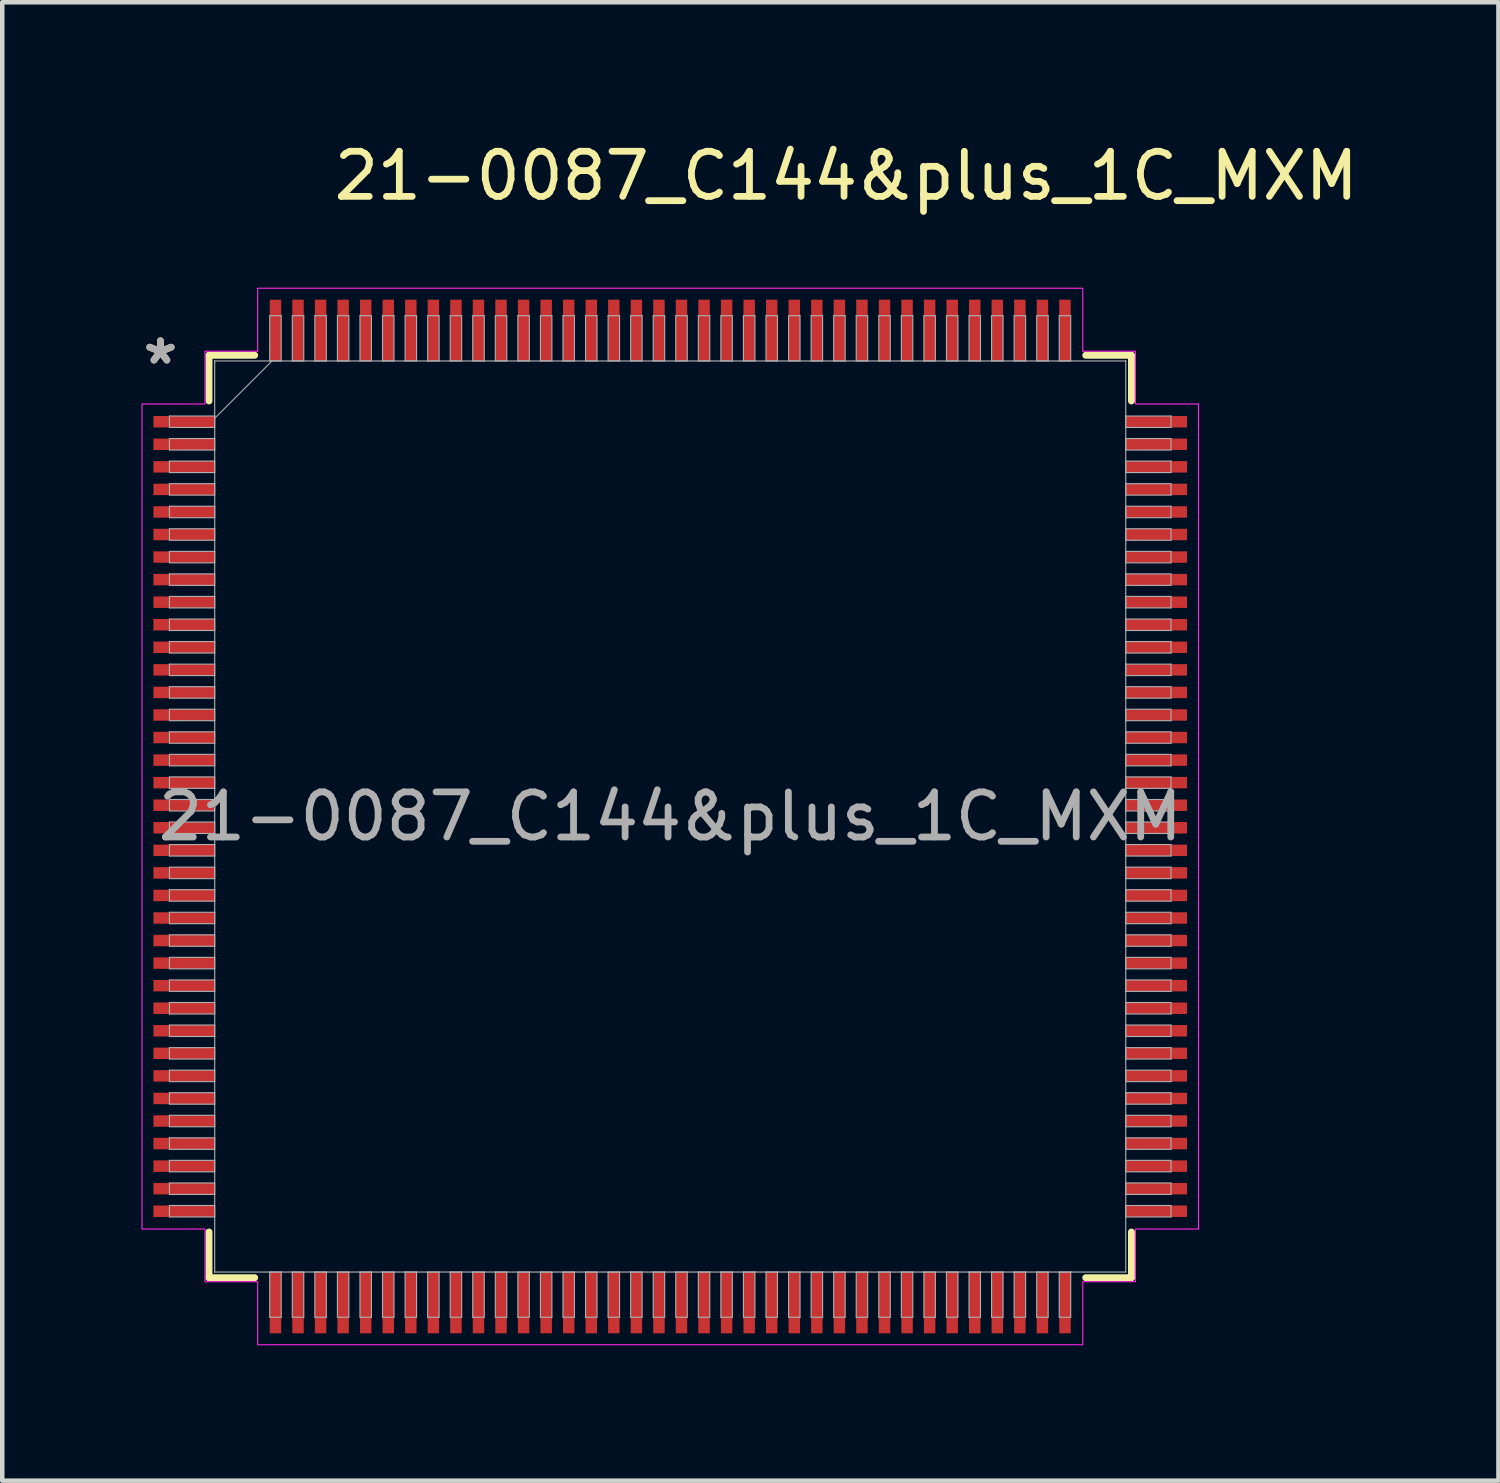
<source format=kicad_pcb>
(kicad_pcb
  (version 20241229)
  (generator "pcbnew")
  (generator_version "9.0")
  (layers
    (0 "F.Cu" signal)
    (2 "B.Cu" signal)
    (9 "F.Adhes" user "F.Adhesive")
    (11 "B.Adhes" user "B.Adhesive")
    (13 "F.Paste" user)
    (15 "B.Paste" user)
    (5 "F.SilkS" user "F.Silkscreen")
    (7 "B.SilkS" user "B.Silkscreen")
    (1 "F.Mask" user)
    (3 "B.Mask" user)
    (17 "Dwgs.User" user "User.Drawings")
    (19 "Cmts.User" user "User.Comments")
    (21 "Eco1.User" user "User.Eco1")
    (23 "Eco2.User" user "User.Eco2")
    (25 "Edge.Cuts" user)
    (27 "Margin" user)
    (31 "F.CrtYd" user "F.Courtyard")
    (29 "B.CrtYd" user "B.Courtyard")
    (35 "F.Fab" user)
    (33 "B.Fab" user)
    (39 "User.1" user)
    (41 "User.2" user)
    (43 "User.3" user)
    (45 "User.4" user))
  (footprint "21-0087_C144&plus_1C_MXM"
    (layer "F.Cu")
    (at 11.806 15.048)
    (property "Reference" "21-0087_C144&plus_1C_MXM" (at 3.9 -14.2 0) (unlocked yes) (layer "F.SilkS") (effects (font (size 1 1) (thickness 0.15))))
    (attr smd)
    (fp_line (start -10.223 -10.223) (end -10.223 -9.21) (stroke (width 0.152) (type solid)) (layer "F.SilkS"))
    (fp_line (start -10.223 9.21) (end -10.223 10.223) (stroke (width 0.152) (type solid)) (layer "F.SilkS"))
    (fp_line (start -10.223 10.223) (end -9.21 10.223) (stroke (width 0.152) (type solid)) (layer "F.SilkS"))
    (fp_line (start -9.21 -10.223) (end -10.223 -10.223) (stroke (width 0.152) (type solid)) (layer "F.SilkS"))
    (fp_line (start 9.21 10.223) (end 10.223 10.223) (stroke (width 0.152) (type solid)) (layer "F.SilkS"))
    (fp_line (start 10.223 -10.223) (end 9.21 -10.223) (stroke (width 0.152) (type solid)) (layer "F.SilkS"))
    (fp_line (start 10.223 -9.21) (end 10.223 -10.223) (stroke (width 0.152) (type solid)) (layer "F.SilkS"))
    (fp_line (start 10.223 10.223) (end 10.223 9.21) (stroke (width 0.152) (type solid)) (layer "F.SilkS"))
    (fp_poly (pts (xy -10.312 -10.312) (xy -10.312 -9.144) (xy -11.709 -9.144) (xy -11.709 9.144) (xy -10.312 9.144) (xy -10.312 10.312) (xy -9.144 10.312) (xy -9.144 11.709) (xy 9.144 11.709) (xy 9.144 10.312) (xy 10.312 10.312) (xy 10.312 9.144) (xy 11.709 9.144) (xy 11.709 -9.144) (xy 10.312 -9.144) (xy 10.312 -10.312) (xy 9.144 -10.312) (xy 9.144 -11.709) (xy -9.144 -11.709) (xy -9.144 -10.312)) (stroke (width 0.025) (type solid)) (fill no) (layer "F.CrtYd"))
    (fp_line (start -11.1 -8.877) (end -11.1 -8.623) (stroke (width 0.025) (type solid)) (layer "F.Fab"))
    (fp_line (start -11.1 -8.623) (end -10.097 -8.623) (stroke (width 0.025) (type solid)) (layer "F.Fab"))
    (fp_line (start -11.1 -8.377) (end -11.1 -8.123) (stroke (width 0.025) (type solid)) (layer "F.Fab"))
    (fp_line (start -11.1 -8.123) (end -10.097 -8.123) (stroke (width 0.025) (type solid)) (layer "F.Fab"))
    (fp_line (start -11.1 -7.877) (end -11.1 -7.623) (stroke (width 0.025) (type solid)) (layer "F.Fab"))
    (fp_line (start -11.1 -7.623) (end -10.097 -7.623) (stroke (width 0.025) (type solid)) (layer "F.Fab"))
    (fp_line (start -11.1 -7.377) (end -11.1 -7.123) (stroke (width 0.025) (type solid)) (layer "F.Fab"))
    (fp_line (start -11.1 -7.123) (end -10.097 -7.123) (stroke (width 0.025) (type solid)) (layer "F.Fab"))
    (fp_line (start -11.1 -6.877) (end -11.1 -6.623) (stroke (width 0.025) (type solid)) (layer "F.Fab"))
    (fp_line (start -11.1 -6.623) (end -10.097 -6.623) (stroke (width 0.025) (type solid)) (layer "F.Fab"))
    (fp_line (start -11.1 -6.377) (end -11.1 -6.123) (stroke (width 0.025) (type solid)) (layer "F.Fab"))
    (fp_line (start -11.1 -6.123) (end -10.097 -6.123) (stroke (width 0.025) (type solid)) (layer "F.Fab"))
    (fp_line (start -11.1 -5.877) (end -11.1 -5.623) (stroke (width 0.025) (type solid)) (layer "F.Fab"))
    (fp_line (start -11.1 -5.623) (end -10.097 -5.623) (stroke (width 0.025) (type solid)) (layer "F.Fab"))
    (fp_line (start -11.1 -5.377) (end -11.1 -5.123) (stroke (width 0.025) (type solid)) (layer "F.Fab"))
    (fp_line (start -11.1 -5.123) (end -10.097 -5.123) (stroke (width 0.025) (type solid)) (layer "F.Fab"))
    (fp_line (start -11.1 -4.877) (end -11.1 -4.623) (stroke (width 0.025) (type solid)) (layer "F.Fab"))
    (fp_line (start -11.1 -4.623) (end -10.097 -4.623) (stroke (width 0.025) (type solid)) (layer "F.Fab"))
    (fp_line (start -11.1 -4.377) (end -11.1 -4.123) (stroke (width 0.025) (type solid)) (layer "F.Fab"))
    (fp_line (start -11.1 -4.123) (end -10.097 -4.123) (stroke (width 0.025) (type solid)) (layer "F.Fab"))
    (fp_line (start -11.1 -3.877) (end -11.1 -3.623) (stroke (width 0.025) (type solid)) (layer "F.Fab"))
    (fp_line (start -11.1 -3.623) (end -10.097 -3.623) (stroke (width 0.025) (type solid)) (layer "F.Fab"))
    (fp_line (start -11.1 -3.377) (end -11.1 -3.123) (stroke (width 0.025) (type solid)) (layer "F.Fab"))
    (fp_line (start -11.1 -3.123) (end -10.097 -3.123) (stroke (width 0.025) (type solid)) (layer "F.Fab"))
    (fp_line (start -11.1 -2.877) (end -11.1 -2.623) (stroke (width 0.025) (type solid)) (layer "F.Fab"))
    (fp_line (start -11.1 -2.623) (end -10.097 -2.623) (stroke (width 0.025) (type solid)) (layer "F.Fab"))
    (fp_line (start -11.1 -2.377) (end -11.1 -2.123) (stroke (width 0.025) (type solid)) (layer "F.Fab"))
    (fp_line (start -11.1 -2.123) (end -10.097 -2.123) (stroke (width 0.025) (type solid)) (layer "F.Fab"))
    (fp_line (start -11.1 -1.877) (end -11.1 -1.623) (stroke (width 0.025) (type solid)) (layer "F.Fab"))
    (fp_line (start -11.1 -1.623) (end -10.097 -1.623) (stroke (width 0.025) (type solid)) (layer "F.Fab"))
    (fp_line (start -11.1 -1.377) (end -11.1 -1.123) (stroke (width 0.025) (type solid)) (layer "F.Fab"))
    (fp_line (start -11.1 -1.123) (end -10.097 -1.123) (stroke (width 0.025) (type solid)) (layer "F.Fab"))
    (fp_line (start -11.1 -0.877) (end -11.1 -0.623) (stroke (width 0.025) (type solid)) (layer "F.Fab"))
    (fp_line (start -11.1 -0.623) (end -10.097 -0.623) (stroke (width 0.025) (type solid)) (layer "F.Fab"))
    (fp_line (start -11.1 -0.377) (end -11.1 -0.123) (stroke (width 0.025) (type solid)) (layer "F.Fab"))
    (fp_line (start -11.1 -0.123) (end -10.097 -0.123) (stroke (width 0.025) (type solid)) (layer "F.Fab"))
    (fp_line (start -11.1 0.123) (end -11.1 0.377) (stroke (width 0.025) (type solid)) (layer "F.Fab"))
    (fp_line (start -11.1 0.377) (end -10.097 0.377) (stroke (width 0.025) (type solid)) (layer "F.Fab"))
    (fp_line (start -11.1 0.623) (end -11.1 0.877) (stroke (width 0.025) (type solid)) (layer "F.Fab"))
    (fp_line (start -11.1 0.877) (end -10.097 0.877) (stroke (width 0.025) (type solid)) (layer "F.Fab"))
    (fp_line (start -11.1 1.123) (end -11.1 1.377) (stroke (width 0.025) (type solid)) (layer "F.Fab"))
    (fp_line (start -11.1 1.377) (end -10.097 1.377) (stroke (width 0.025) (type solid)) (layer "F.Fab"))
    (fp_line (start -11.1 1.623) (end -11.1 1.877) (stroke (width 0.025) (type solid)) (layer "F.Fab"))
    (fp_line (start -11.1 1.877) (end -10.097 1.877) (stroke (width 0.025) (type solid)) (layer "F.Fab"))
    (fp_line (start -11.1 2.123) (end -11.1 2.377) (stroke (width 0.025) (type solid)) (layer "F.Fab"))
    (fp_line (start -11.1 2.377) (end -10.097 2.377) (stroke (width 0.025) (type solid)) (layer "F.Fab"))
    (fp_line (start -11.1 2.623) (end -11.1 2.877) (stroke (width 0.025) (type solid)) (layer "F.Fab"))
    (fp_line (start -11.1 2.877) (end -10.097 2.877) (stroke (width 0.025) (type solid)) (layer "F.Fab"))
    (fp_line (start -11.1 3.123) (end -11.1 3.377) (stroke (width 0.025) (type solid)) (layer "F.Fab"))
    (fp_line (start -11.1 3.377) (end -10.097 3.377) (stroke (width 0.025) (type solid)) (layer "F.Fab"))
    (fp_line (start -11.1 3.623) (end -11.1 3.877) (stroke (width 0.025) (type solid)) (layer "F.Fab"))
    (fp_line (start -11.1 3.877) (end -10.097 3.877) (stroke (width 0.025) (type solid)) (layer "F.Fab"))
    (fp_line (start -11.1 4.123) (end -11.1 4.377) (stroke (width 0.025) (type solid)) (layer "F.Fab"))
    (fp_line (start -11.1 4.377) (end -10.097 4.377) (stroke (width 0.025) (type solid)) (layer "F.Fab"))
    (fp_line (start -11.1 4.623) (end -11.1 4.877) (stroke (width 0.025) (type solid)) (layer "F.Fab"))
    (fp_line (start -11.1 4.877) (end -10.097 4.877) (stroke (width 0.025) (type solid)) (layer "F.Fab"))
    (fp_line (start -11.1 5.123) (end -11.1 5.377) (stroke (width 0.025) (type solid)) (layer "F.Fab"))
    (fp_line (start -11.1 5.377) (end -10.097 5.377) (stroke (width 0.025) (type solid)) (layer "F.Fab"))
    (fp_line (start -11.1 5.623) (end -11.1 5.877) (stroke (width 0.025) (type solid)) (layer "F.Fab"))
    (fp_line (start -11.1 5.877) (end -10.097 5.877) (stroke (width 0.025) (type solid)) (layer "F.Fab"))
    (fp_line (start -11.1 6.123) (end -11.1 6.377) (stroke (width 0.025) (type solid)) (layer "F.Fab"))
    (fp_line (start -11.1 6.377) (end -10.097 6.377) (stroke (width 0.025) (type solid)) (layer "F.Fab"))
    (fp_line (start -11.1 6.623) (end -11.1 6.877) (stroke (width 0.025) (type solid)) (layer "F.Fab"))
    (fp_line (start -11.1 6.877) (end -10.097 6.877) (stroke (width 0.025) (type solid)) (layer "F.Fab"))
    (fp_line (start -11.1 7.123) (end -11.1 7.377) (stroke (width 0.025) (type solid)) (layer "F.Fab"))
    (fp_line (start -11.1 7.377) (end -10.097 7.377) (stroke (width 0.025) (type solid)) (layer "F.Fab"))
    (fp_line (start -11.1 7.623) (end -11.1 7.877) (stroke (width 0.025) (type solid)) (layer "F.Fab"))
    (fp_line (start -11.1 7.877) (end -10.097 7.877) (stroke (width 0.025) (type solid)) (layer "F.Fab"))
    (fp_line (start -11.1 8.123) (end -11.1 8.377) (stroke (width 0.025) (type solid)) (layer "F.Fab"))
    (fp_line (start -11.1 8.377) (end -10.097 8.377) (stroke (width 0.025) (type solid)) (layer "F.Fab"))
    (fp_line (start -11.1 8.623) (end -11.1 8.877) (stroke (width 0.025) (type solid)) (layer "F.Fab"))
    (fp_line (start -11.1 8.877) (end -10.097 8.877) (stroke (width 0.025) (type solid)) (layer "F.Fab"))
    (fp_line (start -10.097 -10.097) (end -10.097 -10.097) (stroke (width 0.025) (type solid)) (layer "F.Fab"))
    (fp_line (start -10.097 -10.097) (end -10.097 10.097) (stroke (width 0.025) (type solid)) (layer "F.Fab"))
    (fp_line (start -10.097 -8.877) (end -11.1 -8.877) (stroke (width 0.025) (type solid)) (layer "F.Fab"))
    (fp_line (start -10.097 -8.826) (end -8.826 -10.097) (stroke (width 0.025) (type solid)) (layer "F.Fab"))
    (fp_line (start -10.097 -8.623) (end -10.097 -8.877) (stroke (width 0.025) (type solid)) (layer "F.Fab"))
    (fp_line (start -10.097 -8.377) (end -11.1 -8.377) (stroke (width 0.025) (type solid)) (layer "F.Fab"))
    (fp_line (start -10.097 -8.123) (end -10.097 -8.377) (stroke (width 0.025) (type solid)) (layer "F.Fab"))
    (fp_line (start -10.097 -7.877) (end -11.1 -7.877) (stroke (width 0.025) (type solid)) (layer "F.Fab"))
    (fp_line (start -10.097 -7.623) (end -10.097 -7.877) (stroke (width 0.025) (type solid)) (layer "F.Fab"))
    (fp_line (start -10.097 -7.377) (end -11.1 -7.377) (stroke (width 0.025) (type solid)) (layer "F.Fab"))
    (fp_line (start -10.097 -7.123) (end -10.097 -7.377) (stroke (width 0.025) (type solid)) (layer "F.Fab"))
    (fp_line (start -10.097 -6.877) (end -11.1 -6.877) (stroke (width 0.025) (type solid)) (layer "F.Fab"))
    (fp_line (start -10.097 -6.623) (end -10.097 -6.877) (stroke (width 0.025) (type solid)) (layer "F.Fab"))
    (fp_line (start -10.097 -6.377) (end -11.1 -6.377) (stroke (width 0.025) (type solid)) (layer "F.Fab"))
    (fp_line (start -10.097 -6.123) (end -10.097 -6.377) (stroke (width 0.025) (type solid)) (layer "F.Fab"))
    (fp_line (start -10.097 -5.877) (end -11.1 -5.877) (stroke (width 0.025) (type solid)) (layer "F.Fab"))
    (fp_line (start -10.097 -5.623) (end -10.097 -5.877) (stroke (width 0.025) (type solid)) (layer "F.Fab"))
    (fp_line (start -10.097 -5.377) (end -11.1 -5.377) (stroke (width 0.025) (type solid)) (layer "F.Fab"))
    (fp_line (start -10.097 -5.123) (end -10.097 -5.377) (stroke (width 0.025) (type solid)) (layer "F.Fab"))
    (fp_line (start -10.097 -4.877) (end -11.1 -4.877) (stroke (width 0.025) (type solid)) (layer "F.Fab"))
    (fp_line (start -10.097 -4.623) (end -10.097 -4.877) (stroke (width 0.025) (type solid)) (layer "F.Fab"))
    (fp_line (start -10.097 -4.377) (end -11.1 -4.377) (stroke (width 0.025) (type solid)) (layer "F.Fab"))
    (fp_line (start -10.097 -4.123) (end -10.097 -4.377) (stroke (width 0.025) (type solid)) (layer "F.Fab"))
    (fp_line (start -10.097 -3.877) (end -11.1 -3.877) (stroke (width 0.025) (type solid)) (layer "F.Fab"))
    (fp_line (start -10.097 -3.623) (end -10.097 -3.877) (stroke (width 0.025) (type solid)) (layer "F.Fab"))
    (fp_line (start -10.097 -3.377) (end -11.1 -3.377) (stroke (width 0.025) (type solid)) (layer "F.Fab"))
    (fp_line (start -10.097 -3.123) (end -10.097 -3.377) (stroke (width 0.025) (type solid)) (layer "F.Fab"))
    (fp_line (start -10.097 -2.877) (end -11.1 -2.877) (stroke (width 0.025) (type solid)) (layer "F.Fab"))
    (fp_line (start -10.097 -2.623) (end -10.097 -2.877) (stroke (width 0.025) (type solid)) (layer "F.Fab"))
    (fp_line (start -10.097 -2.377) (end -11.1 -2.377) (stroke (width 0.025) (type solid)) (layer "F.Fab"))
    (fp_line (start -10.097 -2.123) (end -10.097 -2.377) (stroke (width 0.025) (type solid)) (layer "F.Fab"))
    (fp_line (start -10.097 -1.877) (end -11.1 -1.877) (stroke (width 0.025) (type solid)) (layer "F.Fab"))
    (fp_line (start -10.097 -1.623) (end -10.097 -1.877) (stroke (width 0.025) (type solid)) (layer "F.Fab"))
    (fp_line (start -10.097 -1.377) (end -11.1 -1.377) (stroke (width 0.025) (type solid)) (layer "F.Fab"))
    (fp_line (start -10.097 -1.123) (end -10.097 -1.377) (stroke (width 0.025) (type solid)) (layer "F.Fab"))
    (fp_line (start -10.097 -0.877) (end -11.1 -0.877) (stroke (width 0.025) (type solid)) (layer "F.Fab"))
    (fp_line (start -10.097 -0.623) (end -10.097 -0.877) (stroke (width 0.025) (type solid)) (layer "F.Fab"))
    (fp_line (start -10.097 -0.377) (end -11.1 -0.377) (stroke (width 0.025) (type solid)) (layer "F.Fab"))
    (fp_line (start -10.097 -0.123) (end -10.097 -0.377) (stroke (width 0.025) (type solid)) (layer "F.Fab"))
    (fp_line (start -10.097 0.123) (end -11.1 0.123) (stroke (width 0.025) (type solid)) (layer "F.Fab"))
    (fp_line (start -10.097 0.377) (end -10.097 0.123) (stroke (width 0.025) (type solid)) (layer "F.Fab"))
    (fp_line (start -10.097 0.623) (end -11.1 0.623) (stroke (width 0.025) (type solid)) (layer "F.Fab"))
    (fp_line (start -10.097 0.877) (end -10.097 0.623) (stroke (width 0.025) (type solid)) (layer "F.Fab"))
    (fp_line (start -10.097 1.123) (end -11.1 1.123) (stroke (width 0.025) (type solid)) (layer "F.Fab"))
    (fp_line (start -10.097 1.377) (end -10.097 1.123) (stroke (width 0.025) (type solid)) (layer "F.Fab"))
    (fp_line (start -10.097 1.623) (end -11.1 1.623) (stroke (width 0.025) (type solid)) (layer "F.Fab"))
    (fp_line (start -10.097 1.877) (end -10.097 1.623) (stroke (width 0.025) (type solid)) (layer "F.Fab"))
    (fp_line (start -10.097 2.123) (end -11.1 2.123) (stroke (width 0.025) (type solid)) (layer "F.Fab"))
    (fp_line (start -10.097 2.377) (end -10.097 2.123) (stroke (width 0.025) (type solid)) (layer "F.Fab"))
    (fp_line (start -10.097 2.623) (end -11.1 2.623) (stroke (width 0.025) (type solid)) (layer "F.Fab"))
    (fp_line (start -10.097 2.877) (end -10.097 2.623) (stroke (width 0.025) (type solid)) (layer "F.Fab"))
    (fp_line (start -10.097 3.123) (end -11.1 3.123) (stroke (width 0.025) (type solid)) (layer "F.Fab"))
    (fp_line (start -10.097 3.377) (end -10.097 3.123) (stroke (width 0.025) (type solid)) (layer "F.Fab"))
    (fp_line (start -10.097 3.623) (end -11.1 3.623) (stroke (width 0.025) (type solid)) (layer "F.Fab"))
    (fp_line (start -10.097 3.877) (end -10.097 3.623) (stroke (width 0.025) (type solid)) (layer "F.Fab"))
    (fp_line (start -10.097 4.123) (end -11.1 4.123) (stroke (width 0.025) (type solid)) (layer "F.Fab"))
    (fp_line (start -10.097 4.377) (end -10.097 4.123) (stroke (width 0.025) (type solid)) (layer "F.Fab"))
    (fp_line (start -10.097 4.623) (end -11.1 4.623) (stroke (width 0.025) (type solid)) (layer "F.Fab"))
    (fp_line (start -10.097 4.877) (end -10.097 4.623) (stroke (width 0.025) (type solid)) (layer "F.Fab"))
    (fp_line (start -10.097 5.123) (end -11.1 5.123) (stroke (width 0.025) (type solid)) (layer "F.Fab"))
    (fp_line (start -10.097 5.377) (end -10.097 5.123) (stroke (width 0.025) (type solid)) (layer "F.Fab"))
    (fp_line (start -10.097 5.623) (end -11.1 5.623) (stroke (width 0.025) (type solid)) (layer "F.Fab"))
    (fp_line (start -10.097 5.877) (end -10.097 5.623) (stroke (width 0.025) (type solid)) (layer "F.Fab"))
    (fp_line (start -10.097 6.123) (end -11.1 6.123) (stroke (width 0.025) (type solid)) (layer "F.Fab"))
    (fp_line (start -10.097 6.377) (end -10.097 6.123) (stroke (width 0.025) (type solid)) (layer "F.Fab"))
    (fp_line (start -10.097 6.623) (end -11.1 6.623) (stroke (width 0.025) (type solid)) (layer "F.Fab"))
    (fp_line (start -10.097 6.877) (end -10.097 6.623) (stroke (width 0.025) (type solid)) (layer "F.Fab"))
    (fp_line (start -10.097 7.123) (end -11.1 7.123) (stroke (width 0.025) (type solid)) (layer "F.Fab"))
    (fp_line (start -10.097 7.377) (end -10.097 7.123) (stroke (width 0.025) (type solid)) (layer "F.Fab"))
    (fp_line (start -10.097 7.623) (end -11.1 7.623) (stroke (width 0.025) (type solid)) (layer "F.Fab"))
    (fp_line (start -10.097 7.877) (end -10.097 7.623) (stroke (width 0.025) (type solid)) (layer "F.Fab"))
    (fp_line (start -10.097 8.123) (end -11.1 8.123) (stroke (width 0.025) (type solid)) (layer "F.Fab"))
    (fp_line (start -10.097 8.377) (end -10.097 8.123) (stroke (width 0.025) (type solid)) (layer "F.Fab"))
    (fp_line (start -10.097 8.623) (end -11.1 8.623) (stroke (width 0.025) (type solid)) (layer "F.Fab"))
    (fp_line (start -10.097 8.877) (end -10.097 8.623) (stroke (width 0.025) (type solid)) (layer "F.Fab"))
    (fp_line (start -10.097 10.097) (end -10.097 10.097) (stroke (width 0.025) (type solid)) (layer "F.Fab"))
    (fp_line (start -10.097 10.097) (end 10.097 10.097) (stroke (width 0.025) (type solid)) (layer "F.Fab"))
    (fp_line (start -8.877 -11.1) (end -8.877 -10.097) (stroke (width 0.025) (type solid)) (layer "F.Fab"))
    (fp_line (start -8.877 -10.097) (end -8.623 -10.097) (stroke (width 0.025) (type solid)) (layer "F.Fab"))
    (fp_line (start -8.877 10.097) (end -8.877 11.1) (stroke (width 0.025) (type solid)) (layer "F.Fab"))
    (fp_line (start -8.877 11.1) (end -8.623 11.1) (stroke (width 0.025) (type solid)) (layer "F.Fab"))
    (fp_line (start -8.623 -11.1) (end -8.877 -11.1) (stroke (width 0.025) (type solid)) (layer "F.Fab"))
    (fp_line (start -8.623 -10.097) (end -8.623 -11.1) (stroke (width 0.025) (type solid)) (layer "F.Fab"))
    (fp_line (start -8.623 10.097) (end -8.877 10.097) (stroke (width 0.025) (type solid)) (layer "F.Fab"))
    (fp_line (start -8.623 11.1) (end -8.623 10.097) (stroke (width 0.025) (type solid)) (layer "F.Fab"))
    (fp_line (start -8.377 -11.1) (end -8.377 -10.097) (stroke (width 0.025) (type solid)) (layer "F.Fab"))
    (fp_line (start -8.377 -10.097) (end -8.123 -10.097) (stroke (width 0.025) (type solid)) (layer "F.Fab"))
    (fp_line (start -8.377 10.097) (end -8.377 11.1) (stroke (width 0.025) (type solid)) (layer "F.Fab"))
    (fp_line (start -8.377 11.1) (end -8.123 11.1) (stroke (width 0.025) (type solid)) (layer "F.Fab"))
    (fp_line (start -8.123 -11.1) (end -8.377 -11.1) (stroke (width 0.025) (type solid)) (layer "F.Fab"))
    (fp_line (start -8.123 -10.097) (end -8.123 -11.1) (stroke (width 0.025) (type solid)) (layer "F.Fab"))
    (fp_line (start -8.123 10.097) (end -8.377 10.097) (stroke (width 0.025) (type solid)) (layer "F.Fab"))
    (fp_line (start -8.123 11.1) (end -8.123 10.097) (stroke (width 0.025) (type solid)) (layer "F.Fab"))
    (fp_line (start -7.877 -11.1) (end -7.877 -10.097) (stroke (width 0.025) (type solid)) (layer "F.Fab"))
    (fp_line (start -7.877 -10.097) (end -7.623 -10.097) (stroke (width 0.025) (type solid)) (layer "F.Fab"))
    (fp_line (start -7.877 10.097) (end -7.877 11.1) (stroke (width 0.025) (type solid)) (layer "F.Fab"))
    (fp_line (start -7.877 11.1) (end -7.623 11.1) (stroke (width 0.025) (type solid)) (layer "F.Fab"))
    (fp_line (start -7.623 -11.1) (end -7.877 -11.1) (stroke (width 0.025) (type solid)) (layer "F.Fab"))
    (fp_line (start -7.623 -10.097) (end -7.623 -11.1) (stroke (width 0.025) (type solid)) (layer "F.Fab"))
    (fp_line (start -7.623 10.097) (end -7.877 10.097) (stroke (width 0.025) (type solid)) (layer "F.Fab"))
    (fp_line (start -7.623 11.1) (end -7.623 10.097) (stroke (width 0.025) (type solid)) (layer "F.Fab"))
    (fp_line (start -7.377 -11.1) (end -7.377 -10.097) (stroke (width 0.025) (type solid)) (layer "F.Fab"))
    (fp_line (start -7.377 -10.097) (end -7.123 -10.097) (stroke (width 0.025) (type solid)) (layer "F.Fab"))
    (fp_line (start -7.377 10.097) (end -7.377 11.1) (stroke (width 0.025) (type solid)) (layer "F.Fab"))
    (fp_line (start -7.377 11.1) (end -7.123 11.1) (stroke (width 0.025) (type solid)) (layer "F.Fab"))
    (fp_line (start -7.123 -11.1) (end -7.377 -11.1) (stroke (width 0.025) (type solid)) (layer "F.Fab"))
    (fp_line (start -7.123 -10.097) (end -7.123 -11.1) (stroke (width 0.025) (type solid)) (layer "F.Fab"))
    (fp_line (start -7.123 10.097) (end -7.377 10.097) (stroke (width 0.025) (type solid)) (layer "F.Fab"))
    (fp_line (start -7.123 11.1) (end -7.123 10.097) (stroke (width 0.025) (type solid)) (layer "F.Fab"))
    (fp_line (start -6.877 -11.1) (end -6.877 -10.097) (stroke (width 0.025) (type solid)) (layer "F.Fab"))
    (fp_line (start -6.877 -10.097) (end -6.623 -10.097) (stroke (width 0.025) (type solid)) (layer "F.Fab"))
    (fp_line (start -6.877 10.097) (end -6.877 11.1) (stroke (width 0.025) (type solid)) (layer "F.Fab"))
    (fp_line (start -6.877 11.1) (end -6.623 11.1) (stroke (width 0.025) (type solid)) (layer "F.Fab"))
    (fp_line (start -6.623 -11.1) (end -6.877 -11.1) (stroke (width 0.025) (type solid)) (layer "F.Fab"))
    (fp_line (start -6.623 -10.097) (end -6.623 -11.1) (stroke (width 0.025) (type solid)) (layer "F.Fab"))
    (fp_line (start -6.623 10.097) (end -6.877 10.097) (stroke (width 0.025) (type solid)) (layer "F.Fab"))
    (fp_line (start -6.623 11.1) (end -6.623 10.097) (stroke (width 0.025) (type solid)) (layer "F.Fab"))
    (fp_line (start -6.377 -11.1) (end -6.377 -10.097) (stroke (width 0.025) (type solid)) (layer "F.Fab"))
    (fp_line (start -6.377 -10.097) (end -6.123 -10.097) (stroke (width 0.025) (type solid)) (layer "F.Fab"))
    (fp_line (start -6.377 10.097) (end -6.377 11.1) (stroke (width 0.025) (type solid)) (layer "F.Fab"))
    (fp_line (start -6.377 11.1) (end -6.123 11.1) (stroke (width 0.025) (type solid)) (layer "F.Fab"))
    (fp_line (start -6.123 -11.1) (end -6.377 -11.1) (stroke (width 0.025) (type solid)) (layer "F.Fab"))
    (fp_line (start -6.123 -10.097) (end -6.123 -11.1) (stroke (width 0.025) (type solid)) (layer "F.Fab"))
    (fp_line (start -6.123 10.097) (end -6.377 10.097) (stroke (width 0.025) (type solid)) (layer "F.Fab"))
    (fp_line (start -6.123 11.1) (end -6.123 10.097) (stroke (width 0.025) (type solid)) (layer "F.Fab"))
    (fp_line (start -5.877 -11.1) (end -5.877 -10.097) (stroke (width 0.025) (type solid)) (layer "F.Fab"))
    (fp_line (start -5.877 -10.097) (end -5.623 -10.097) (stroke (width 0.025) (type solid)) (layer "F.Fab"))
    (fp_line (start -5.877 10.097) (end -5.877 11.1) (stroke (width 0.025) (type solid)) (layer "F.Fab"))
    (fp_line (start -5.877 11.1) (end -5.623 11.1) (stroke (width 0.025) (type solid)) (layer "F.Fab"))
    (fp_line (start -5.623 -11.1) (end -5.877 -11.1) (stroke (width 0.025) (type solid)) (layer "F.Fab"))
    (fp_line (start -5.623 -10.097) (end -5.623 -11.1) (stroke (width 0.025) (type solid)) (layer "F.Fab"))
    (fp_line (start -5.623 10.097) (end -5.877 10.097) (stroke (width 0.025) (type solid)) (layer "F.Fab"))
    (fp_line (start -5.623 11.1) (end -5.623 10.097) (stroke (width 0.025) (type solid)) (layer "F.Fab"))
    (fp_line (start -5.377 -11.1) (end -5.377 -10.097) (stroke (width 0.025) (type solid)) (layer "F.Fab"))
    (fp_line (start -5.377 -10.097) (end -5.123 -10.097) (stroke (width 0.025) (type solid)) (layer "F.Fab"))
    (fp_line (start -5.377 10.097) (end -5.377 11.1) (stroke (width 0.025) (type solid)) (layer "F.Fab"))
    (fp_line (start -5.377 11.1) (end -5.123 11.1) (stroke (width 0.025) (type solid)) (layer "F.Fab"))
    (fp_line (start -5.123 -11.1) (end -5.377 -11.1) (stroke (width 0.025) (type solid)) (layer "F.Fab"))
    (fp_line (start -5.123 -10.097) (end -5.123 -11.1) (stroke (width 0.025) (type solid)) (layer "F.Fab"))
    (fp_line (start -5.123 10.097) (end -5.377 10.097) (stroke (width 0.025) (type solid)) (layer "F.Fab"))
    (fp_line (start -5.123 11.1) (end -5.123 10.097) (stroke (width 0.025) (type solid)) (layer "F.Fab"))
    (fp_line (start -4.877 -11.1) (end -4.877 -10.097) (stroke (width 0.025) (type solid)) (layer "F.Fab"))
    (fp_line (start -4.877 -10.097) (end -4.623 -10.097) (stroke (width 0.025) (type solid)) (layer "F.Fab"))
    (fp_line (start -4.877 10.097) (end -4.877 11.1) (stroke (width 0.025) (type solid)) (layer "F.Fab"))
    (fp_line (start -4.877 11.1) (end -4.623 11.1) (stroke (width 0.025) (type solid)) (layer "F.Fab"))
    (fp_line (start -4.623 -11.1) (end -4.877 -11.1) (stroke (width 0.025) (type solid)) (layer "F.Fab"))
    (fp_line (start -4.623 -10.097) (end -4.623 -11.1) (stroke (width 0.025) (type solid)) (layer "F.Fab"))
    (fp_line (start -4.623 10.097) (end -4.877 10.097) (stroke (width 0.025) (type solid)) (layer "F.Fab"))
    (fp_line (start -4.623 11.1) (end -4.623 10.097) (stroke (width 0.025) (type solid)) (layer "F.Fab"))
    (fp_line (start -4.377 -11.1) (end -4.377 -10.097) (stroke (width 0.025) (type solid)) (layer "F.Fab"))
    (fp_line (start -4.377 -10.097) (end -4.123 -10.097) (stroke (width 0.025) (type solid)) (layer "F.Fab"))
    (fp_line (start -4.377 10.097) (end -4.377 11.1) (stroke (width 0.025) (type solid)) (layer "F.Fab"))
    (fp_line (start -4.377 11.1) (end -4.123 11.1) (stroke (width 0.025) (type solid)) (layer "F.Fab"))
    (fp_line (start -4.123 -11.1) (end -4.377 -11.1) (stroke (width 0.025) (type solid)) (layer "F.Fab"))
    (fp_line (start -4.123 -10.097) (end -4.123 -11.1) (stroke (width 0.025) (type solid)) (layer "F.Fab"))
    (fp_line (start -4.123 10.097) (end -4.377 10.097) (stroke (width 0.025) (type solid)) (layer "F.Fab"))
    (fp_line (start -4.123 11.1) (end -4.123 10.097) (stroke (width 0.025) (type solid)) (layer "F.Fab"))
    (fp_line (start -3.877 -11.1) (end -3.877 -10.097) (stroke (width 0.025) (type solid)) (layer "F.Fab"))
    (fp_line (start -3.877 -10.097) (end -3.623 -10.097) (stroke (width 0.025) (type solid)) (layer "F.Fab"))
    (fp_line (start -3.877 10.097) (end -3.877 11.1) (stroke (width 0.025) (type solid)) (layer "F.Fab"))
    (fp_line (start -3.877 11.1) (end -3.623 11.1) (stroke (width 0.025) (type solid)) (layer "F.Fab"))
    (fp_line (start -3.623 -11.1) (end -3.877 -11.1) (stroke (width 0.025) (type solid)) (layer "F.Fab"))
    (fp_line (start -3.623 -10.097) (end -3.623 -11.1) (stroke (width 0.025) (type solid)) (layer "F.Fab"))
    (fp_line (start -3.623 10.097) (end -3.877 10.097) (stroke (width 0.025) (type solid)) (layer "F.Fab"))
    (fp_line (start -3.623 11.1) (end -3.623 10.097) (stroke (width 0.025) (type solid)) (layer "F.Fab"))
    (fp_line (start -3.377 -11.1) (end -3.377 -10.097) (stroke (width 0.025) (type solid)) (layer "F.Fab"))
    (fp_line (start -3.377 -10.097) (end -3.123 -10.097) (stroke (width 0.025) (type solid)) (layer "F.Fab"))
    (fp_line (start -3.377 10.097) (end -3.377 11.1) (stroke (width 0.025) (type solid)) (layer "F.Fab"))
    (fp_line (start -3.377 11.1) (end -3.123 11.1) (stroke (width 0.025) (type solid)) (layer "F.Fab"))
    (fp_line (start -3.123 -11.1) (end -3.377 -11.1) (stroke (width 0.025) (type solid)) (layer "F.Fab"))
    (fp_line (start -3.123 -10.097) (end -3.123 -11.1) (stroke (width 0.025) (type solid)) (layer "F.Fab"))
    (fp_line (start -3.123 10.097) (end -3.377 10.097) (stroke (width 0.025) (type solid)) (layer "F.Fab"))
    (fp_line (start -3.123 11.1) (end -3.123 10.097) (stroke (width 0.025) (type solid)) (layer "F.Fab"))
    (fp_line (start -2.877 -11.1) (end -2.877 -10.097) (stroke (width 0.025) (type solid)) (layer "F.Fab"))
    (fp_line (start -2.877 -10.097) (end -2.623 -10.097) (stroke (width 0.025) (type solid)) (layer "F.Fab"))
    (fp_line (start -2.877 10.097) (end -2.877 11.1) (stroke (width 0.025) (type solid)) (layer "F.Fab"))
    (fp_line (start -2.877 11.1) (end -2.623 11.1) (stroke (width 0.025) (type solid)) (layer "F.Fab"))
    (fp_line (start -2.623 -11.1) (end -2.877 -11.1) (stroke (width 0.025) (type solid)) (layer "F.Fab"))
    (fp_line (start -2.623 -10.097) (end -2.623 -11.1) (stroke (width 0.025) (type solid)) (layer "F.Fab"))
    (fp_line (start -2.623 10.097) (end -2.877 10.097) (stroke (width 0.025) (type solid)) (layer "F.Fab"))
    (fp_line (start -2.623 11.1) (end -2.623 10.097) (stroke (width 0.025) (type solid)) (layer "F.Fab"))
    (fp_line (start -2.377 -11.1) (end -2.377 -10.097) (stroke (width 0.025) (type solid)) (layer "F.Fab"))
    (fp_line (start -2.377 -10.097) (end -2.123 -10.097) (stroke (width 0.025) (type solid)) (layer "F.Fab"))
    (fp_line (start -2.377 10.097) (end -2.377 11.1) (stroke (width 0.025) (type solid)) (layer "F.Fab"))
    (fp_line (start -2.377 11.1) (end -2.123 11.1) (stroke (width 0.025) (type solid)) (layer "F.Fab"))
    (fp_line (start -2.123 -11.1) (end -2.377 -11.1) (stroke (width 0.025) (type solid)) (layer "F.Fab"))
    (fp_line (start -2.123 -10.097) (end -2.123 -11.1) (stroke (width 0.025) (type solid)) (layer "F.Fab"))
    (fp_line (start -2.123 10.097) (end -2.377 10.097) (stroke (width 0.025) (type solid)) (layer "F.Fab"))
    (fp_line (start -2.123 11.1) (end -2.123 10.097) (stroke (width 0.025) (type solid)) (layer "F.Fab"))
    (fp_line (start -1.877 -11.1) (end -1.877 -10.097) (stroke (width 0.025) (type solid)) (layer "F.Fab"))
    (fp_line (start -1.877 -10.097) (end -1.623 -10.097) (stroke (width 0.025) (type solid)) (layer "F.Fab"))
    (fp_line (start -1.877 10.097) (end -1.877 11.1) (stroke (width 0.025) (type solid)) (layer "F.Fab"))
    (fp_line (start -1.877 11.1) (end -1.623 11.1) (stroke (width 0.025) (type solid)) (layer "F.Fab"))
    (fp_line (start -1.623 -11.1) (end -1.877 -11.1) (stroke (width 0.025) (type solid)) (layer "F.Fab"))
    (fp_line (start -1.623 -10.097) (end -1.623 -11.1) (stroke (width 0.025) (type solid)) (layer "F.Fab"))
    (fp_line (start -1.623 10.097) (end -1.877 10.097) (stroke (width 0.025) (type solid)) (layer "F.Fab"))
    (fp_line (start -1.623 11.1) (end -1.623 10.097) (stroke (width 0.025) (type solid)) (layer "F.Fab"))
    (fp_line (start -1.377 -11.1) (end -1.377 -10.097) (stroke (width 0.025) (type solid)) (layer "F.Fab"))
    (fp_line (start -1.377 -10.097) (end -1.123 -10.097) (stroke (width 0.025) (type solid)) (layer "F.Fab"))
    (fp_line (start -1.377 10.097) (end -1.377 11.1) (stroke (width 0.025) (type solid)) (layer "F.Fab"))
    (fp_line (start -1.377 11.1) (end -1.123 11.1) (stroke (width 0.025) (type solid)) (layer "F.Fab"))
    (fp_line (start -1.123 -11.1) (end -1.377 -11.1) (stroke (width 0.025) (type solid)) (layer "F.Fab"))
    (fp_line (start -1.123 -10.097) (end -1.123 -11.1) (stroke (width 0.025) (type solid)) (layer "F.Fab"))
    (fp_line (start -1.123 10.097) (end -1.377 10.097) (stroke (width 0.025) (type solid)) (layer "F.Fab"))
    (fp_line (start -1.123 11.1) (end -1.123 10.097) (stroke (width 0.025) (type solid)) (layer "F.Fab"))
    (fp_line (start -0.877 -11.1) (end -0.877 -10.097) (stroke (width 0.025) (type solid)) (layer "F.Fab"))
    (fp_line (start -0.877 -10.097) (end -0.623 -10.097) (stroke (width 0.025) (type solid)) (layer "F.Fab"))
    (fp_line (start -0.877 10.097) (end -0.877 11.1) (stroke (width 0.025) (type solid)) (layer "F.Fab"))
    (fp_line (start -0.877 11.1) (end -0.623 11.1) (stroke (width 0.025) (type solid)) (layer "F.Fab"))
    (fp_line (start -0.623 -11.1) (end -0.877 -11.1) (stroke (width 0.025) (type solid)) (layer "F.Fab"))
    (fp_line (start -0.623 -10.097) (end -0.623 -11.1) (stroke (width 0.025) (type solid)) (layer "F.Fab"))
    (fp_line (start -0.623 10.097) (end -0.877 10.097) (stroke (width 0.025) (type solid)) (layer "F.Fab"))
    (fp_line (start -0.623 11.1) (end -0.623 10.097) (stroke (width 0.025) (type solid)) (layer "F.Fab"))
    (fp_line (start -0.377 -11.1) (end -0.377 -10.097) (stroke (width 0.025) (type solid)) (layer "F.Fab"))
    (fp_line (start -0.377 -10.097) (end -0.123 -10.097) (stroke (width 0.025) (type solid)) (layer "F.Fab"))
    (fp_line (start -0.377 10.097) (end -0.377 11.1) (stroke (width 0.025) (type solid)) (layer "F.Fab"))
    (fp_line (start -0.377 11.1) (end -0.123 11.1) (stroke (width 0.025) (type solid)) (layer "F.Fab"))
    (fp_line (start -0.123 -11.1) (end -0.377 -11.1) (stroke (width 0.025) (type solid)) (layer "F.Fab"))
    (fp_line (start -0.123 -10.097) (end -0.123 -11.1) (stroke (width 0.025) (type solid)) (layer "F.Fab"))
    (fp_line (start -0.123 10.097) (end -0.377 10.097) (stroke (width 0.025) (type solid)) (layer "F.Fab"))
    (fp_line (start -0.123 11.1) (end -0.123 10.097) (stroke (width 0.025) (type solid)) (layer "F.Fab"))
    (fp_line (start 0.123 -11.1) (end 0.123 -10.097) (stroke (width 0.025) (type solid)) (layer "F.Fab"))
    (fp_line (start 0.123 -10.097) (end 0.377 -10.097) (stroke (width 0.025) (type solid)) (layer "F.Fab"))
    (fp_line (start 0.123 10.097) (end 0.123 11.1) (stroke (width 0.025) (type solid)) (layer "F.Fab"))
    (fp_line (start 0.123 11.1) (end 0.377 11.1) (stroke (width 0.025) (type solid)) (layer "F.Fab"))
    (fp_line (start 0.377 -11.1) (end 0.123 -11.1) (stroke (width 0.025) (type solid)) (layer "F.Fab"))
    (fp_line (start 0.377 -10.097) (end 0.377 -11.1) (stroke (width 0.025) (type solid)) (layer "F.Fab"))
    (fp_line (start 0.377 10.097) (end 0.123 10.097) (stroke (width 0.025) (type solid)) (layer "F.Fab"))
    (fp_line (start 0.377 11.1) (end 0.377 10.097) (stroke (width 0.025) (type solid)) (layer "F.Fab"))
    (fp_line (start 0.623 -11.1) (end 0.623 -10.097) (stroke (width 0.025) (type solid)) (layer "F.Fab"))
    (fp_line (start 0.623 -10.097) (end 0.877 -10.097) (stroke (width 0.025) (type solid)) (layer "F.Fab"))
    (fp_line (start 0.623 10.097) (end 0.623 11.1) (stroke (width 0.025) (type solid)) (layer "F.Fab"))
    (fp_line (start 0.623 11.1) (end 0.877 11.1) (stroke (width 0.025) (type solid)) (layer "F.Fab"))
    (fp_line (start 0.877 -11.1) (end 0.623 -11.1) (stroke (width 0.025) (type solid)) (layer "F.Fab"))
    (fp_line (start 0.877 -10.097) (end 0.877 -11.1) (stroke (width 0.025) (type solid)) (layer "F.Fab"))
    (fp_line (start 0.877 10.097) (end 0.623 10.097) (stroke (width 0.025) (type solid)) (layer "F.Fab"))
    (fp_line (start 0.877 11.1) (end 0.877 10.097) (stroke (width 0.025) (type solid)) (layer "F.Fab"))
    (fp_line (start 1.123 -11.1) (end 1.123 -10.097) (stroke (width 0.025) (type solid)) (layer "F.Fab"))
    (fp_line (start 1.123 -10.097) (end 1.377 -10.097) (stroke (width 0.025) (type solid)) (layer "F.Fab"))
    (fp_line (start 1.123 10.097) (end 1.123 11.1) (stroke (width 0.025) (type solid)) (layer "F.Fab"))
    (fp_line (start 1.123 11.1) (end 1.377 11.1) (stroke (width 0.025) (type solid)) (layer "F.Fab"))
    (fp_line (start 1.377 -11.1) (end 1.123 -11.1) (stroke (width 0.025) (type solid)) (layer "F.Fab"))
    (fp_line (start 1.377 -10.097) (end 1.377 -11.1) (stroke (width 0.025) (type solid)) (layer "F.Fab"))
    (fp_line (start 1.377 10.097) (end 1.123 10.097) (stroke (width 0.025) (type solid)) (layer "F.Fab"))
    (fp_line (start 1.377 11.1) (end 1.377 10.097) (stroke (width 0.025) (type solid)) (layer "F.Fab"))
    (fp_line (start 1.623 -11.1) (end 1.623 -10.097) (stroke (width 0.025) (type solid)) (layer "F.Fab"))
    (fp_line (start 1.623 -10.097) (end 1.877 -10.097) (stroke (width 0.025) (type solid)) (layer "F.Fab"))
    (fp_line (start 1.623 10.097) (end 1.623 11.1) (stroke (width 0.025) (type solid)) (layer "F.Fab"))
    (fp_line (start 1.623 11.1) (end 1.877 11.1) (stroke (width 0.025) (type solid)) (layer "F.Fab"))
    (fp_line (start 1.877 -11.1) (end 1.623 -11.1) (stroke (width 0.025) (type solid)) (layer "F.Fab"))
    (fp_line (start 1.877 -10.097) (end 1.877 -11.1) (stroke (width 0.025) (type solid)) (layer "F.Fab"))
    (fp_line (start 1.877 10.097) (end 1.623 10.097) (stroke (width 0.025) (type solid)) (layer "F.Fab"))
    (fp_line (start 1.877 11.1) (end 1.877 10.097) (stroke (width 0.025) (type solid)) (layer "F.Fab"))
    (fp_line (start 2.123 -11.1) (end 2.123 -10.097) (stroke (width 0.025) (type solid)) (layer "F.Fab"))
    (fp_line (start 2.123 -10.097) (end 2.377 -10.097) (stroke (width 0.025) (type solid)) (layer "F.Fab"))
    (fp_line (start 2.123 10.097) (end 2.123 11.1) (stroke (width 0.025) (type solid)) (layer "F.Fab"))
    (fp_line (start 2.123 11.1) (end 2.377 11.1) (stroke (width 0.025) (type solid)) (layer "F.Fab"))
    (fp_line (start 2.377 -11.1) (end 2.123 -11.1) (stroke (width 0.025) (type solid)) (layer "F.Fab"))
    (fp_line (start 2.377 -10.097) (end 2.377 -11.1) (stroke (width 0.025) (type solid)) (layer "F.Fab"))
    (fp_line (start 2.377 10.097) (end 2.123 10.097) (stroke (width 0.025) (type solid)) (layer "F.Fab"))
    (fp_line (start 2.377 11.1) (end 2.377 10.097) (stroke (width 0.025) (type solid)) (layer "F.Fab"))
    (fp_line (start 2.623 -11.1) (end 2.623 -10.097) (stroke (width 0.025) (type solid)) (layer "F.Fab"))
    (fp_line (start 2.623 -10.097) (end 2.877 -10.097) (stroke (width 0.025) (type solid)) (layer "F.Fab"))
    (fp_line (start 2.623 10.097) (end 2.623 11.1) (stroke (width 0.025) (type solid)) (layer "F.Fab"))
    (fp_line (start 2.623 11.1) (end 2.877 11.1) (stroke (width 0.025) (type solid)) (layer "F.Fab"))
    (fp_line (start 2.877 -11.1) (end 2.623 -11.1) (stroke (width 0.025) (type solid)) (layer "F.Fab"))
    (fp_line (start 2.877 -10.097) (end 2.877 -11.1) (stroke (width 0.025) (type solid)) (layer "F.Fab"))
    (fp_line (start 2.877 10.097) (end 2.623 10.097) (stroke (width 0.025) (type solid)) (layer "F.Fab"))
    (fp_line (start 2.877 11.1) (end 2.877 10.097) (stroke (width 0.025) (type solid)) (layer "F.Fab"))
    (fp_line (start 3.123 -11.1) (end 3.123 -10.097) (stroke (width 0.025) (type solid)) (layer "F.Fab"))
    (fp_line (start 3.123 -10.097) (end 3.377 -10.097) (stroke (width 0.025) (type solid)) (layer "F.Fab"))
    (fp_line (start 3.123 10.097) (end 3.123 11.1) (stroke (width 0.025) (type solid)) (layer "F.Fab"))
    (fp_line (start 3.123 11.1) (end 3.377 11.1) (stroke (width 0.025) (type solid)) (layer "F.Fab"))
    (fp_line (start 3.377 -11.1) (end 3.123 -11.1) (stroke (width 0.025) (type solid)) (layer "F.Fab"))
    (fp_line (start 3.377 -10.097) (end 3.377 -11.1) (stroke (width 0.025) (type solid)) (layer "F.Fab"))
    (fp_line (start 3.377 10.097) (end 3.123 10.097) (stroke (width 0.025) (type solid)) (layer "F.Fab"))
    (fp_line (start 3.377 11.1) (end 3.377 10.097) (stroke (width 0.025) (type solid)) (layer "F.Fab"))
    (fp_line (start 3.623 -11.1) (end 3.623 -10.097) (stroke (width 0.025) (type solid)) (layer "F.Fab"))
    (fp_line (start 3.623 -10.097) (end 3.877 -10.097) (stroke (width 0.025) (type solid)) (layer "F.Fab"))
    (fp_line (start 3.623 10.097) (end 3.623 11.1) (stroke (width 0.025) (type solid)) (layer "F.Fab"))
    (fp_line (start 3.623 11.1) (end 3.877 11.1) (stroke (width 0.025) (type solid)) (layer "F.Fab"))
    (fp_line (start 3.877 -11.1) (end 3.623 -11.1) (stroke (width 0.025) (type solid)) (layer "F.Fab"))
    (fp_line (start 3.877 -10.097) (end 3.877 -11.1) (stroke (width 0.025) (type solid)) (layer "F.Fab"))
    (fp_line (start 3.877 10.097) (end 3.623 10.097) (stroke (width 0.025) (type solid)) (layer "F.Fab"))
    (fp_line (start 3.877 11.1) (end 3.877 10.097) (stroke (width 0.025) (type solid)) (layer "F.Fab"))
    (fp_line (start 4.123 -11.1) (end 4.123 -10.097) (stroke (width 0.025) (type solid)) (layer "F.Fab"))
    (fp_line (start 4.123 -10.097) (end 4.377 -10.097) (stroke (width 0.025) (type solid)) (layer "F.Fab"))
    (fp_line (start 4.123 10.097) (end 4.123 11.1) (stroke (width 0.025) (type solid)) (layer "F.Fab"))
    (fp_line (start 4.123 11.1) (end 4.377 11.1) (stroke (width 0.025) (type solid)) (layer "F.Fab"))
    (fp_line (start 4.377 -11.1) (end 4.123 -11.1) (stroke (width 0.025) (type solid)) (layer "F.Fab"))
    (fp_line (start 4.377 -10.097) (end 4.377 -11.1) (stroke (width 0.025) (type solid)) (layer "F.Fab"))
    (fp_line (start 4.377 10.097) (end 4.123 10.097) (stroke (width 0.025) (type solid)) (layer "F.Fab"))
    (fp_line (start 4.377 11.1) (end 4.377 10.097) (stroke (width 0.025) (type solid)) (layer "F.Fab"))
    (fp_line (start 4.623 -11.1) (end 4.623 -10.097) (stroke (width 0.025) (type solid)) (layer "F.Fab"))
    (fp_line (start 4.623 -10.097) (end 4.877 -10.097) (stroke (width 0.025) (type solid)) (layer "F.Fab"))
    (fp_line (start 4.623 10.097) (end 4.623 11.1) (stroke (width 0.025) (type solid)) (layer "F.Fab"))
    (fp_line (start 4.623 11.1) (end 4.877 11.1) (stroke (width 0.025) (type solid)) (layer "F.Fab"))
    (fp_line (start 4.877 -11.1) (end 4.623 -11.1) (stroke (width 0.025) (type solid)) (layer "F.Fab"))
    (fp_line (start 4.877 -10.097) (end 4.877 -11.1) (stroke (width 0.025) (type solid)) (layer "F.Fab"))
    (fp_line (start 4.877 10.097) (end 4.623 10.097) (stroke (width 0.025) (type solid)) (layer "F.Fab"))
    (fp_line (start 4.877 11.1) (end 4.877 10.097) (stroke (width 0.025) (type solid)) (layer "F.Fab"))
    (fp_line (start 5.123 -11.1) (end 5.123 -10.097) (stroke (width 0.025) (type solid)) (layer "F.Fab"))
    (fp_line (start 5.123 -10.097) (end 5.377 -10.097) (stroke (width 0.025) (type solid)) (layer "F.Fab"))
    (fp_line (start 5.123 10.097) (end 5.123 11.1) (stroke (width 0.025) (type solid)) (layer "F.Fab"))
    (fp_line (start 5.123 11.1) (end 5.377 11.1) (stroke (width 0.025) (type solid)) (layer "F.Fab"))
    (fp_line (start 5.377 -11.1) (end 5.123 -11.1) (stroke (width 0.025) (type solid)) (layer "F.Fab"))
    (fp_line (start 5.377 -10.097) (end 5.377 -11.1) (stroke (width 0.025) (type solid)) (layer "F.Fab"))
    (fp_line (start 5.377 10.097) (end 5.123 10.097) (stroke (width 0.025) (type solid)) (layer "F.Fab"))
    (fp_line (start 5.377 11.1) (end 5.377 10.097) (stroke (width 0.025) (type solid)) (layer "F.Fab"))
    (fp_line (start 5.623 -11.1) (end 5.623 -10.097) (stroke (width 0.025) (type solid)) (layer "F.Fab"))
    (fp_line (start 5.623 -10.097) (end 5.877 -10.097) (stroke (width 0.025) (type solid)) (layer "F.Fab"))
    (fp_line (start 5.623 10.097) (end 5.623 11.1) (stroke (width 0.025) (type solid)) (layer "F.Fab"))
    (fp_line (start 5.623 11.1) (end 5.877 11.1) (stroke (width 0.025) (type solid)) (layer "F.Fab"))
    (fp_line (start 5.877 -11.1) (end 5.623 -11.1) (stroke (width 0.025) (type solid)) (layer "F.Fab"))
    (fp_line (start 5.877 -10.097) (end 5.877 -11.1) (stroke (width 0.025) (type solid)) (layer "F.Fab"))
    (fp_line (start 5.877 10.097) (end 5.623 10.097) (stroke (width 0.025) (type solid)) (layer "F.Fab"))
    (fp_line (start 5.877 11.1) (end 5.877 10.097) (stroke (width 0.025) (type solid)) (layer "F.Fab"))
    (fp_line (start 6.123 -11.1) (end 6.123 -10.097) (stroke (width 0.025) (type solid)) (layer "F.Fab"))
    (fp_line (start 6.123 -10.097) (end 6.377 -10.097) (stroke (width 0.025) (type solid)) (layer "F.Fab"))
    (fp_line (start 6.123 10.097) (end 6.123 11.1) (stroke (width 0.025) (type solid)) (layer "F.Fab"))
    (fp_line (start 6.123 11.1) (end 6.377 11.1) (stroke (width 0.025) (type solid)) (layer "F.Fab"))
    (fp_line (start 6.377 -11.1) (end 6.123 -11.1) (stroke (width 0.025) (type solid)) (layer "F.Fab"))
    (fp_line (start 6.377 -10.097) (end 6.377 -11.1) (stroke (width 0.025) (type solid)) (layer "F.Fab"))
    (fp_line (start 6.377 10.097) (end 6.123 10.097) (stroke (width 0.025) (type solid)) (layer "F.Fab"))
    (fp_line (start 6.377 11.1) (end 6.377 10.097) (stroke (width 0.025) (type solid)) (layer "F.Fab"))
    (fp_line (start 6.623 -11.1) (end 6.623 -10.097) (stroke (width 0.025) (type solid)) (layer "F.Fab"))
    (fp_line (start 6.623 -10.097) (end 6.877 -10.097) (stroke (width 0.025) (type solid)) (layer "F.Fab"))
    (fp_line (start 6.623 10.097) (end 6.623 11.1) (stroke (width 0.025) (type solid)) (layer "F.Fab"))
    (fp_line (start 6.623 11.1) (end 6.877 11.1) (stroke (width 0.025) (type solid)) (layer "F.Fab"))
    (fp_line (start 6.877 -11.1) (end 6.623 -11.1) (stroke (width 0.025) (type solid)) (layer "F.Fab"))
    (fp_line (start 6.877 -10.097) (end 6.877 -11.1) (stroke (width 0.025) (type solid)) (layer "F.Fab"))
    (fp_line (start 6.877 10.097) (end 6.623 10.097) (stroke (width 0.025) (type solid)) (layer "F.Fab"))
    (fp_line (start 6.877 11.1) (end 6.877 10.097) (stroke (width 0.025) (type solid)) (layer "F.Fab"))
    (fp_line (start 7.123 -11.1) (end 7.123 -10.097) (stroke (width 0.025) (type solid)) (layer "F.Fab"))
    (fp_line (start 7.123 -10.097) (end 7.377 -10.097) (stroke (width 0.025) (type solid)) (layer "F.Fab"))
    (fp_line (start 7.123 10.097) (end 7.123 11.1) (stroke (width 0.025) (type solid)) (layer "F.Fab"))
    (fp_line (start 7.123 11.1) (end 7.377 11.1) (stroke (width 0.025) (type solid)) (layer "F.Fab"))
    (fp_line (start 7.377 -11.1) (end 7.123 -11.1) (stroke (width 0.025) (type solid)) (layer "F.Fab"))
    (fp_line (start 7.377 -10.097) (end 7.377 -11.1) (stroke (width 0.025) (type solid)) (layer "F.Fab"))
    (fp_line (start 7.377 10.097) (end 7.123 10.097) (stroke (width 0.025) (type solid)) (layer "F.Fab"))
    (fp_line (start 7.377 11.1) (end 7.377 10.097) (stroke (width 0.025) (type solid)) (layer "F.Fab"))
    (fp_line (start 7.623 -11.1) (end 7.623 -10.097) (stroke (width 0.025) (type solid)) (layer "F.Fab"))
    (fp_line (start 7.623 -10.097) (end 7.877 -10.097) (stroke (width 0.025) (type solid)) (layer "F.Fab"))
    (fp_line (start 7.623 10.097) (end 7.623 11.1) (stroke (width 0.025) (type solid)) (layer "F.Fab"))
    (fp_line (start 7.623 11.1) (end 7.877 11.1) (stroke (width 0.025) (type solid)) (layer "F.Fab"))
    (fp_line (start 7.877 -11.1) (end 7.623 -11.1) (stroke (width 0.025) (type solid)) (layer "F.Fab"))
    (fp_line (start 7.877 -10.097) (end 7.877 -11.1) (stroke (width 0.025) (type solid)) (layer "F.Fab"))
    (fp_line (start 7.877 10.097) (end 7.623 10.097) (stroke (width 0.025) (type solid)) (layer "F.Fab"))
    (fp_line (start 7.877 11.1) (end 7.877 10.097) (stroke (width 0.025) (type solid)) (layer "F.Fab"))
    (fp_line (start 8.123 -11.1) (end 8.123 -10.097) (stroke (width 0.025) (type solid)) (layer "F.Fab"))
    (fp_line (start 8.123 -10.097) (end 8.377 -10.097) (stroke (width 0.025) (type solid)) (layer "F.Fab"))
    (fp_line (start 8.123 10.097) (end 8.123 11.1) (stroke (width 0.025) (type solid)) (layer "F.Fab"))
    (fp_line (start 8.123 11.1) (end 8.377 11.1) (stroke (width 0.025) (type solid)) (layer "F.Fab"))
    (fp_line (start 8.377 -11.1) (end 8.123 -11.1) (stroke (width 0.025) (type solid)) (layer "F.Fab"))
    (fp_line (start 8.377 -10.097) (end 8.377 -11.1) (stroke (width 0.025) (type solid)) (layer "F.Fab"))
    (fp_line (start 8.377 10.097) (end 8.123 10.097) (stroke (width 0.025) (type solid)) (layer "F.Fab"))
    (fp_line (start 8.377 11.1) (end 8.377 10.097) (stroke (width 0.025) (type solid)) (layer "F.Fab"))
    (fp_line (start 8.623 -11.1) (end 8.623 -10.097) (stroke (width 0.025) (type solid)) (layer "F.Fab"))
    (fp_line (start 8.623 -10.097) (end 8.877 -10.097) (stroke (width 0.025) (type solid)) (layer "F.Fab"))
    (fp_line (start 8.623 10.097) (end 8.623 11.1) (stroke (width 0.025) (type solid)) (layer "F.Fab"))
    (fp_line (start 8.623 11.1) (end 8.877 11.1) (stroke (width 0.025) (type solid)) (layer "F.Fab"))
    (fp_line (start 8.877 -11.1) (end 8.623 -11.1) (stroke (width 0.025) (type solid)) (layer "F.Fab"))
    (fp_line (start 8.877 -10.097) (end 8.877 -11.1) (stroke (width 0.025) (type solid)) (layer "F.Fab"))
    (fp_line (start 8.877 10.097) (end 8.623 10.097) (stroke (width 0.025) (type solid)) (layer "F.Fab"))
    (fp_line (start 8.877 11.1) (end 8.877 10.097) (stroke (width 0.025) (type solid)) (layer "F.Fab"))
    (fp_line (start 10.097 -10.097) (end -10.097 -10.097) (stroke (width 0.025) (type solid)) (layer "F.Fab"))
    (fp_line (start 10.097 -10.097) (end 10.097 -10.097) (stroke (width 0.025) (type solid)) (layer "F.Fab"))
    (fp_line (start 10.097 -8.877) (end 10.097 -8.623) (stroke (width 0.025) (type solid)) (layer "F.Fab"))
    (fp_line (start 10.097 -8.623) (end 11.1 -8.623) (stroke (width 0.025) (type solid)) (layer "F.Fab"))
    (fp_line (start 10.097 -8.377) (end 10.097 -8.123) (stroke (width 0.025) (type solid)) (layer "F.Fab"))
    (fp_line (start 10.097 -8.123) (end 11.1 -8.123) (stroke (width 0.025) (type solid)) (layer "F.Fab"))
    (fp_line (start 10.097 -7.877) (end 10.097 -7.623) (stroke (width 0.025) (type solid)) (layer "F.Fab"))
    (fp_line (start 10.097 -7.623) (end 11.1 -7.623) (stroke (width 0.025) (type solid)) (layer "F.Fab"))
    (fp_line (start 10.097 -7.377) (end 10.097 -7.123) (stroke (width 0.025) (type solid)) (layer "F.Fab"))
    (fp_line (start 10.097 -7.123) (end 11.1 -7.123) (stroke (width 0.025) (type solid)) (layer "F.Fab"))
    (fp_line (start 10.097 -6.877) (end 10.097 -6.623) (stroke (width 0.025) (type solid)) (layer "F.Fab"))
    (fp_line (start 10.097 -6.623) (end 11.1 -6.623) (stroke (width 0.025) (type solid)) (layer "F.Fab"))
    (fp_line (start 10.097 -6.377) (end 10.097 -6.123) (stroke (width 0.025) (type solid)) (layer "F.Fab"))
    (fp_line (start 10.097 -6.123) (end 11.1 -6.123) (stroke (width 0.025) (type solid)) (layer "F.Fab"))
    (fp_line (start 10.097 -5.877) (end 10.097 -5.623) (stroke (width 0.025) (type solid)) (layer "F.Fab"))
    (fp_line (start 10.097 -5.623) (end 11.1 -5.623) (stroke (width 0.025) (type solid)) (layer "F.Fab"))
    (fp_line (start 10.097 -5.377) (end 10.097 -5.123) (stroke (width 0.025) (type solid)) (layer "F.Fab"))
    (fp_line (start 10.097 -5.123) (end 11.1 -5.123) (stroke (width 0.025) (type solid)) (layer "F.Fab"))
    (fp_line (start 10.097 -4.877) (end 10.097 -4.623) (stroke (width 0.025) (type solid)) (layer "F.Fab"))
    (fp_line (start 10.097 -4.623) (end 11.1 -4.623) (stroke (width 0.025) (type solid)) (layer "F.Fab"))
    (fp_line (start 10.097 -4.377) (end 10.097 -4.123) (stroke (width 0.025) (type solid)) (layer "F.Fab"))
    (fp_line (start 10.097 -4.123) (end 11.1 -4.123) (stroke (width 0.025) (type solid)) (layer "F.Fab"))
    (fp_line (start 10.097 -3.877) (end 10.097 -3.623) (stroke (width 0.025) (type solid)) (layer "F.Fab"))
    (fp_line (start 10.097 -3.623) (end 11.1 -3.623) (stroke (width 0.025) (type solid)) (layer "F.Fab"))
    (fp_line (start 10.097 -3.377) (end 10.097 -3.123) (stroke (width 0.025) (type solid)) (layer "F.Fab"))
    (fp_line (start 10.097 -3.123) (end 11.1 -3.123) (stroke (width 0.025) (type solid)) (layer "F.Fab"))
    (fp_line (start 10.097 -2.877) (end 10.097 -2.623) (stroke (width 0.025) (type solid)) (layer "F.Fab"))
    (fp_line (start 10.097 -2.623) (end 11.1 -2.623) (stroke (width 0.025) (type solid)) (layer "F.Fab"))
    (fp_line (start 10.097 -2.377) (end 10.097 -2.123) (stroke (width 0.025) (type solid)) (layer "F.Fab"))
    (fp_line (start 10.097 -2.123) (end 11.1 -2.123) (stroke (width 0.025) (type solid)) (layer "F.Fab"))
    (fp_line (start 10.097 -1.877) (end 10.097 -1.623) (stroke (width 0.025) (type solid)) (layer "F.Fab"))
    (fp_line (start 10.097 -1.623) (end 11.1 -1.623) (stroke (width 0.025) (type solid)) (layer "F.Fab"))
    (fp_line (start 10.097 -1.377) (end 10.097 -1.123) (stroke (width 0.025) (type solid)) (layer "F.Fab"))
    (fp_line (start 10.097 -1.123) (end 11.1 -1.123) (stroke (width 0.025) (type solid)) (layer "F.Fab"))
    (fp_line (start 10.097 -0.877) (end 10.097 -0.623) (stroke (width 0.025) (type solid)) (layer "F.Fab"))
    (fp_line (start 10.097 -0.623) (end 11.1 -0.623) (stroke (width 0.025) (type solid)) (layer "F.Fab"))
    (fp_line (start 10.097 -0.377) (end 10.097 -0.123) (stroke (width 0.025) (type solid)) (layer "F.Fab"))
    (fp_line (start 10.097 -0.123) (end 11.1 -0.123) (stroke (width 0.025) (type solid)) (layer "F.Fab"))
    (fp_line (start 10.097 0.123) (end 10.097 0.377) (stroke (width 0.025) (type solid)) (layer "F.Fab"))
    (fp_line (start 10.097 0.377) (end 11.1 0.377) (stroke (width 0.025) (type solid)) (layer "F.Fab"))
    (fp_line (start 10.097 0.623) (end 10.097 0.877) (stroke (width 0.025) (type solid)) (layer "F.Fab"))
    (fp_line (start 10.097 0.877) (end 11.1 0.877) (stroke (width 0.025) (type solid)) (layer "F.Fab"))
    (fp_line (start 10.097 1.123) (end 10.097 1.377) (stroke (width 0.025) (type solid)) (layer "F.Fab"))
    (fp_line (start 10.097 1.377) (end 11.1 1.377) (stroke (width 0.025) (type solid)) (layer "F.Fab"))
    (fp_line (start 10.097 1.623) (end 10.097 1.877) (stroke (width 0.025) (type solid)) (layer "F.Fab"))
    (fp_line (start 10.097 1.877) (end 11.1 1.877) (stroke (width 0.025) (type solid)) (layer "F.Fab"))
    (fp_line (start 10.097 2.123) (end 10.097 2.377) (stroke (width 0.025) (type solid)) (layer "F.Fab"))
    (fp_line (start 10.097 2.377) (end 11.1 2.377) (stroke (width 0.025) (type solid)) (layer "F.Fab"))
    (fp_line (start 10.097 2.623) (end 10.097 2.877) (stroke (width 0.025) (type solid)) (layer "F.Fab"))
    (fp_line (start 10.097 2.877) (end 11.1 2.877) (stroke (width 0.025) (type solid)) (layer "F.Fab"))
    (fp_line (start 10.097 3.123) (end 10.097 3.377) (stroke (width 0.025) (type solid)) (layer "F.Fab"))
    (fp_line (start 10.097 3.377) (end 11.1 3.377) (stroke (width 0.025) (type solid)) (layer "F.Fab"))
    (fp_line (start 10.097 3.623) (end 10.097 3.877) (stroke (width 0.025) (type solid)) (layer "F.Fab"))
    (fp_line (start 10.097 3.877) (end 11.1 3.877) (stroke (width 0.025) (type solid)) (layer "F.Fab"))
    (fp_line (start 10.097 4.123) (end 10.097 4.377) (stroke (width 0.025) (type solid)) (layer "F.Fab"))
    (fp_line (start 10.097 4.377) (end 11.1 4.377) (stroke (width 0.025) (type solid)) (layer "F.Fab"))
    (fp_line (start 10.097 4.623) (end 10.097 4.877) (stroke (width 0.025) (type solid)) (layer "F.Fab"))
    (fp_line (start 10.097 4.877) (end 11.1 4.877) (stroke (width 0.025) (type solid)) (layer "F.Fab"))
    (fp_line (start 10.097 5.123) (end 10.097 5.377) (stroke (width 0.025) (type solid)) (layer "F.Fab"))
    (fp_line (start 10.097 5.377) (end 11.1 5.377) (stroke (width 0.025) (type solid)) (layer "F.Fab"))
    (fp_line (start 10.097 5.623) (end 10.097 5.877) (stroke (width 0.025) (type solid)) (layer "F.Fab"))
    (fp_line (start 10.097 5.877) (end 11.1 5.877) (stroke (width 0.025) (type solid)) (layer "F.Fab"))
    (fp_line (start 10.097 6.123) (end 10.097 6.377) (stroke (width 0.025) (type solid)) (layer "F.Fab"))
    (fp_line (start 10.097 6.377) (end 11.1 6.377) (stroke (width 0.025) (type solid)) (layer "F.Fab"))
    (fp_line (start 10.097 6.623) (end 10.097 6.877) (stroke (width 0.025) (type solid)) (layer "F.Fab"))
    (fp_line (start 10.097 6.877) (end 11.1 6.877) (stroke (width 0.025) (type solid)) (layer "F.Fab"))
    (fp_line (start 10.097 7.123) (end 10.097 7.377) (stroke (width 0.025) (type solid)) (layer "F.Fab"))
    (fp_line (start 10.097 7.377) (end 11.1 7.377) (stroke (width 0.025) (type solid)) (layer "F.Fab"))
    (fp_line (start 10.097 7.623) (end 10.097 7.877) (stroke (width 0.025) (type solid)) (layer "F.Fab"))
    (fp_line (start 10.097 7.877) (end 11.1 7.877) (stroke (width 0.025) (type solid)) (layer "F.Fab"))
    (fp_line (start 10.097 8.123) (end 10.097 8.377) (stroke (width 0.025) (type solid)) (layer "F.Fab"))
    (fp_line (start 10.097 8.377) (end 11.1 8.377) (stroke (width 0.025) (type solid)) (layer "F.Fab"))
    (fp_line (start 10.097 8.623) (end 10.097 8.877) (stroke (width 0.025) (type solid)) (layer "F.Fab"))
    (fp_line (start 10.097 8.877) (end 11.1 8.877) (stroke (width 0.025) (type solid)) (layer "F.Fab"))
    (fp_line (start 10.097 10.097) (end 10.097 -10.097) (stroke (width 0.025) (type solid)) (layer "F.Fab"))
    (fp_line (start 10.097 10.097) (end 10.097 10.097) (stroke (width 0.025) (type solid)) (layer "F.Fab"))
    (fp_line (start 11.1 -8.877) (end 10.097 -8.877) (stroke (width 0.025) (type solid)) (layer "F.Fab"))
    (fp_line (start 11.1 -8.623) (end 11.1 -8.877) (stroke (width 0.025) (type solid)) (layer "F.Fab"))
    (fp_line (start 11.1 -8.377) (end 10.097 -8.377) (stroke (width 0.025) (type solid)) (layer "F.Fab"))
    (fp_line (start 11.1 -8.123) (end 11.1 -8.377) (stroke (width 0.025) (type solid)) (layer "F.Fab"))
    (fp_line (start 11.1 -7.877) (end 10.097 -7.877) (stroke (width 0.025) (type solid)) (layer "F.Fab"))
    (fp_line (start 11.1 -7.623) (end 11.1 -7.877) (stroke (width 0.025) (type solid)) (layer "F.Fab"))
    (fp_line (start 11.1 -7.377) (end 10.097 -7.377) (stroke (width 0.025) (type solid)) (layer "F.Fab"))
    (fp_line (start 11.1 -7.123) (end 11.1 -7.377) (stroke (width 0.025) (type solid)) (layer "F.Fab"))
    (fp_line (start 11.1 -6.877) (end 10.097 -6.877) (stroke (width 0.025) (type solid)) (layer "F.Fab"))
    (fp_line (start 11.1 -6.623) (end 11.1 -6.877) (stroke (width 0.025) (type solid)) (layer "F.Fab"))
    (fp_line (start 11.1 -6.377) (end 10.097 -6.377) (stroke (width 0.025) (type solid)) (layer "F.Fab"))
    (fp_line (start 11.1 -6.123) (end 11.1 -6.377) (stroke (width 0.025) (type solid)) (layer "F.Fab"))
    (fp_line (start 11.1 -5.877) (end 10.097 -5.877) (stroke (width 0.025) (type solid)) (layer "F.Fab"))
    (fp_line (start 11.1 -5.623) (end 11.1 -5.877) (stroke (width 0.025) (type solid)) (layer "F.Fab"))
    (fp_line (start 11.1 -5.377) (end 10.097 -5.377) (stroke (width 0.025) (type solid)) (layer "F.Fab"))
    (fp_line (start 11.1 -5.123) (end 11.1 -5.377) (stroke (width 0.025) (type solid)) (layer "F.Fab"))
    (fp_line (start 11.1 -4.877) (end 10.097 -4.877) (stroke (width 0.025) (type solid)) (layer "F.Fab"))
    (fp_line (start 11.1 -4.623) (end 11.1 -4.877) (stroke (width 0.025) (type solid)) (layer "F.Fab"))
    (fp_line (start 11.1 -4.377) (end 10.097 -4.377) (stroke (width 0.025) (type solid)) (layer "F.Fab"))
    (fp_line (start 11.1 -4.123) (end 11.1 -4.377) (stroke (width 0.025) (type solid)) (layer "F.Fab"))
    (fp_line (start 11.1 -3.877) (end 10.097 -3.877) (stroke (width 0.025) (type solid)) (layer "F.Fab"))
    (fp_line (start 11.1 -3.623) (end 11.1 -3.877) (stroke (width 0.025) (type solid)) (layer "F.Fab"))
    (fp_line (start 11.1 -3.377) (end 10.097 -3.377) (stroke (width 0.025) (type solid)) (layer "F.Fab"))
    (fp_line (start 11.1 -3.123) (end 11.1 -3.377) (stroke (width 0.025) (type solid)) (layer "F.Fab"))
    (fp_line (start 11.1 -2.877) (end 10.097 -2.877) (stroke (width 0.025) (type solid)) (layer "F.Fab"))
    (fp_line (start 11.1 -2.623) (end 11.1 -2.877) (stroke (width 0.025) (type solid)) (layer "F.Fab"))
    (fp_line (start 11.1 -2.377) (end 10.097 -2.377) (stroke (width 0.025) (type solid)) (layer "F.Fab"))
    (fp_line (start 11.1 -2.123) (end 11.1 -2.377) (stroke (width 0.025) (type solid)) (layer "F.Fab"))
    (fp_line (start 11.1 -1.877) (end 10.097 -1.877) (stroke (width 0.025) (type solid)) (layer "F.Fab"))
    (fp_line (start 11.1 -1.623) (end 11.1 -1.877) (stroke (width 0.025) (type solid)) (layer "F.Fab"))
    (fp_line (start 11.1 -1.377) (end 10.097 -1.377) (stroke (width 0.025) (type solid)) (layer "F.Fab"))
    (fp_line (start 11.1 -1.123) (end 11.1 -1.377) (stroke (width 0.025) (type solid)) (layer "F.Fab"))
    (fp_line (start 11.1 -0.877) (end 10.097 -0.877) (stroke (width 0.025) (type solid)) (layer "F.Fab"))
    (fp_line (start 11.1 -0.623) (end 11.1 -0.877) (stroke (width 0.025) (type solid)) (layer "F.Fab"))
    (fp_line (start 11.1 -0.377) (end 10.097 -0.377) (stroke (width 0.025) (type solid)) (layer "F.Fab"))
    (fp_line (start 11.1 -0.123) (end 11.1 -0.377) (stroke (width 0.025) (type solid)) (layer "F.Fab"))
    (fp_line (start 11.1 0.123) (end 10.097 0.123) (stroke (width 0.025) (type solid)) (layer "F.Fab"))
    (fp_line (start 11.1 0.377) (end 11.1 0.123) (stroke (width 0.025) (type solid)) (layer "F.Fab"))
    (fp_line (start 11.1 0.623) (end 10.097 0.623) (stroke (width 0.025) (type solid)) (layer "F.Fab"))
    (fp_line (start 11.1 0.877) (end 11.1 0.623) (stroke (width 0.025) (type solid)) (layer "F.Fab"))
    (fp_line (start 11.1 1.123) (end 10.097 1.123) (stroke (width 0.025) (type solid)) (layer "F.Fab"))
    (fp_line (start 11.1 1.377) (end 11.1 1.123) (stroke (width 0.025) (type solid)) (layer "F.Fab"))
    (fp_line (start 11.1 1.623) (end 10.097 1.623) (stroke (width 0.025) (type solid)) (layer "F.Fab"))
    (fp_line (start 11.1 1.877) (end 11.1 1.623) (stroke (width 0.025) (type solid)) (layer "F.Fab"))
    (fp_line (start 11.1 2.123) (end 10.097 2.123) (stroke (width 0.025) (type solid)) (layer "F.Fab"))
    (fp_line (start 11.1 2.377) (end 11.1 2.123) (stroke (width 0.025) (type solid)) (layer "F.Fab"))
    (fp_line (start 11.1 2.623) (end 10.097 2.623) (stroke (width 0.025) (type solid)) (layer "F.Fab"))
    (fp_line (start 11.1 2.877) (end 11.1 2.623) (stroke (width 0.025) (type solid)) (layer "F.Fab"))
    (fp_line (start 11.1 3.123) (end 10.097 3.123) (stroke (width 0.025) (type solid)) (layer "F.Fab"))
    (fp_line (start 11.1 3.377) (end 11.1 3.123) (stroke (width 0.025) (type solid)) (layer "F.Fab"))
    (fp_line (start 11.1 3.623) (end 10.097 3.623) (stroke (width 0.025) (type solid)) (layer "F.Fab"))
    (fp_line (start 11.1 3.877) (end 11.1 3.623) (stroke (width 0.025) (type solid)) (layer "F.Fab"))
    (fp_line (start 11.1 4.123) (end 10.097 4.123) (stroke (width 0.025) (type solid)) (layer "F.Fab"))
    (fp_line (start 11.1 4.377) (end 11.1 4.123) (stroke (width 0.025) (type solid)) (layer "F.Fab"))
    (fp_line (start 11.1 4.623) (end 10.097 4.623) (stroke (width 0.025) (type solid)) (layer "F.Fab"))
    (fp_line (start 11.1 4.877) (end 11.1 4.623) (stroke (width 0.025) (type solid)) (layer "F.Fab"))
    (fp_line (start 11.1 5.123) (end 10.097 5.123) (stroke (width 0.025) (type solid)) (layer "F.Fab"))
    (fp_line (start 11.1 5.377) (end 11.1 5.123) (stroke (width 0.025) (type solid)) (layer "F.Fab"))
    (fp_line (start 11.1 5.623) (end 10.097 5.623) (stroke (width 0.025) (type solid)) (layer "F.Fab"))
    (fp_line (start 11.1 5.877) (end 11.1 5.623) (stroke (width 0.025) (type solid)) (layer "F.Fab"))
    (fp_line (start 11.1 6.123) (end 10.097 6.123) (stroke (width 0.025) (type solid)) (layer "F.Fab"))
    (fp_line (start 11.1 6.377) (end 11.1 6.123) (stroke (width 0.025) (type solid)) (layer "F.Fab"))
    (fp_line (start 11.1 6.623) (end 10.097 6.623) (stroke (width 0.025) (type solid)) (layer "F.Fab"))
    (fp_line (start 11.1 6.877) (end 11.1 6.623) (stroke (width 0.025) (type solid)) (layer "F.Fab"))
    (fp_line (start 11.1 7.123) (end 10.097 7.123) (stroke (width 0.025) (type solid)) (layer "F.Fab"))
    (fp_line (start 11.1 7.377) (end 11.1 7.123) (stroke (width 0.025) (type solid)) (layer "F.Fab"))
    (fp_line (start 11.1 7.623) (end 10.097 7.623) (stroke (width 0.025) (type solid)) (layer "F.Fab"))
    (fp_line (start 11.1 7.877) (end 11.1 7.623) (stroke (width 0.025) (type solid)) (layer "F.Fab"))
    (fp_line (start 11.1 8.123) (end 10.097 8.123) (stroke (width 0.025) (type solid)) (layer "F.Fab"))
    (fp_line (start 11.1 8.377) (end 11.1 8.123) (stroke (width 0.025) (type solid)) (layer "F.Fab"))
    (fp_line (start 11.1 8.623) (end 10.097 8.623) (stroke (width 0.025) (type solid)) (layer "F.Fab"))
    (fp_line (start 11.1 8.877) (end 11.1 8.623) (stroke (width 0.025) (type solid)) (layer "F.Fab"))
    (fp_text user "*" (at -11.3 -10 0) (layer "F.SilkS") (effects (font (size 1 1) (thickness 0.15))))
    (fp_text user "${REFERENCE}" (at 0 0 0) (unlocked yes) (layer "F.Fab") (effects (font (size 1 1) (thickness 0.15))))
    (fp_text user "*" (at -11.3 -10 0) (unlocked yes) (layer "F.Fab") (effects (font (size 1 1) (thickness 0.15))))
    (pad "1" smd rect (at -10.776 -8.75 90) (size 0.254 1.359) (layers "F.Cu" "F.Mask" "F.Paste"))
    (pad "2" smd rect (at -10.776 -8.25 90) (size 0.254 1.359) (layers "F.Cu" "F.Mask" "F.Paste"))
    (pad "3" smd rect (at -10.776 -7.75 90) (size 0.254 1.359) (layers "F.Cu" "F.Mask" "F.Paste"))
    (pad "4" smd rect (at -10.776 -7.25 90) (size 0.254 1.359) (layers "F.Cu" "F.Mask" "F.Paste"))
    (pad "5" smd rect (at -10.776 -6.75 90) (size 0.254 1.359) (layers "F.Cu" "F.Mask" "F.Paste"))
    (pad "6" smd rect (at -10.776 -6.25 90) (size 0.254 1.359) (layers "F.Cu" "F.Mask" "F.Paste"))
    (pad "7" smd rect (at -10.776 -5.75 90) (size 0.254 1.359) (layers "F.Cu" "F.Mask" "F.Paste"))
    (pad "8" smd rect (at -10.776 -5.25 90) (size 0.254 1.359) (layers "F.Cu" "F.Mask" "F.Paste"))
    (pad "9" smd rect (at -10.776 -4.75 90) (size 0.254 1.359) (layers "F.Cu" "F.Mask" "F.Paste"))
    (pad "10" smd rect (at -10.776 -4.25 90) (size 0.254 1.359) (layers "F.Cu" "F.Mask" "F.Paste"))
    (pad "11" smd rect (at -10.776 -3.75 90) (size 0.254 1.359) (layers "F.Cu" "F.Mask" "F.Paste"))
    (pad "12" smd rect (at -10.776 -3.25 90) (size 0.254 1.359) (layers "F.Cu" "F.Mask" "F.Paste"))
    (pad "13" smd rect (at -10.776 -2.75 90) (size 0.254 1.359) (layers "F.Cu" "F.Mask" "F.Paste"))
    (pad "14" smd rect (at -10.776 -2.25 90) (size 0.254 1.359) (layers "F.Cu" "F.Mask" "F.Paste"))
    (pad "15" smd rect (at -10.776 -1.75 90) (size 0.254 1.359) (layers "F.Cu" "F.Mask" "F.Paste"))
    (pad "16" smd rect (at -10.776 -1.25 90) (size 0.254 1.359) (layers "F.Cu" "F.Mask" "F.Paste"))
    (pad "17" smd rect (at -10.776 -0.75 90) (size 0.254 1.359) (layers "F.Cu" "F.Mask" "F.Paste"))
    (pad "18" smd rect (at -10.776 -0.25 90) (size 0.254 1.359) (layers "F.Cu" "F.Mask" "F.Paste"))
    (pad "19" smd rect (at -10.776 0.25 90) (size 0.254 1.359) (layers "F.Cu" "F.Mask" "F.Paste"))
    (pad "20" smd rect (at -10.776 0.75 90) (size 0.254 1.359) (layers "F.Cu" "F.Mask" "F.Paste"))
    (pad "21" smd rect (at -10.776 1.25 90) (size 0.254 1.359) (layers "F.Cu" "F.Mask" "F.Paste"))
    (pad "22" smd rect (at -10.776 1.75 90) (size 0.254 1.359) (layers "F.Cu" "F.Mask" "F.Paste"))
    (pad "23" smd rect (at -10.776 2.25 90) (size 0.254 1.359) (layers "F.Cu" "F.Mask" "F.Paste"))
    (pad "24" smd rect (at -10.776 2.75 90) (size 0.254 1.359) (layers "F.Cu" "F.Mask" "F.Paste"))
    (pad "25" smd rect (at -10.776 3.25 90) (size 0.254 1.359) (layers "F.Cu" "F.Mask" "F.Paste"))
    (pad "26" smd rect (at -10.776 3.75 90) (size 0.254 1.359) (layers "F.Cu" "F.Mask" "F.Paste"))
    (pad "27" smd rect (at -10.776 4.25 90) (size 0.254 1.359) (layers "F.Cu" "F.Mask" "F.Paste"))
    (pad "28" smd rect (at -10.776 4.75 90) (size 0.254 1.359) (layers "F.Cu" "F.Mask" "F.Paste"))
    (pad "29" smd rect (at -10.776 5.25 90) (size 0.254 1.359) (layers "F.Cu" "F.Mask" "F.Paste"))
    (pad "30" smd rect (at -10.776 5.75 90) (size 0.254 1.359) (layers "F.Cu" "F.Mask" "F.Paste"))
    (pad "31" smd rect (at -10.776 6.25 90) (size 0.254 1.359) (layers "F.Cu" "F.Mask" "F.Paste"))
    (pad "32" smd rect (at -10.776 6.75 90) (size 0.254 1.359) (layers "F.Cu" "F.Mask" "F.Paste"))
    (pad "33" smd rect (at -10.776 7.25 90) (size 0.254 1.359) (layers "F.Cu" "F.Mask" "F.Paste"))
    (pad "34" smd rect (at -10.776 7.75 90) (size 0.254 1.359) (layers "F.Cu" "F.Mask" "F.Paste"))
    (pad "35" smd rect (at -10.776 8.25 90) (size 0.254 1.359) (layers "F.Cu" "F.Mask" "F.Paste"))
    (pad "36" smd rect (at -10.776 8.75 90) (size 0.254 1.359) (layers "F.Cu" "F.Mask" "F.Paste"))
    (pad "37" smd rect (at -8.75 10.776) (size 0.254 1.359) (layers "F.Cu" "F.Mask" "F.Paste"))
    (pad "38" smd rect (at -8.25 10.776) (size 0.254 1.359) (layers "F.Cu" "F.Mask" "F.Paste"))
    (pad "39" smd rect (at -7.75 10.776) (size 0.254 1.359) (layers "F.Cu" "F.Mask" "F.Paste"))
    (pad "40" smd rect (at -7.25 10.776) (size 0.254 1.359) (layers "F.Cu" "F.Mask" "F.Paste"))
    (pad "41" smd rect (at -6.75 10.776) (size 0.254 1.359) (layers "F.Cu" "F.Mask" "F.Paste"))
    (pad "42" smd rect (at -6.25 10.776) (size 0.254 1.359) (layers "F.Cu" "F.Mask" "F.Paste"))
    (pad "43" smd rect (at -5.75 10.776) (size 0.254 1.359) (layers "F.Cu" "F.Mask" "F.Paste"))
    (pad "44" smd rect (at -5.25 10.776) (size 0.254 1.359) (layers "F.Cu" "F.Mask" "F.Paste"))
    (pad "45" smd rect (at -4.75 10.776) (size 0.254 1.359) (layers "F.Cu" "F.Mask" "F.Paste"))
    (pad "46" smd rect (at -4.25 10.776) (size 0.254 1.359) (layers "F.Cu" "F.Mask" "F.Paste"))
    (pad "47" smd rect (at -3.75 10.776) (size 0.254 1.359) (layers "F.Cu" "F.Mask" "F.Paste"))
    (pad "48" smd rect (at -3.25 10.776) (size 0.254 1.359) (layers "F.Cu" "F.Mask" "F.Paste"))
    (pad "49" smd rect (at -2.75 10.776) (size 0.254 1.359) (layers "F.Cu" "F.Mask" "F.Paste"))
    (pad "50" smd rect (at -2.25 10.776) (size 0.254 1.359) (layers "F.Cu" "F.Mask" "F.Paste"))
    (pad "51" smd rect (at -1.75 10.776) (size 0.254 1.359) (layers "F.Cu" "F.Mask" "F.Paste"))
    (pad "52" smd rect (at -1.25 10.776) (size 0.254 1.359) (layers "F.Cu" "F.Mask" "F.Paste"))
    (pad "53" smd rect (at -0.75 10.776) (size 0.254 1.359) (layers "F.Cu" "F.Mask" "F.Paste"))
    (pad "54" smd rect (at -0.25 10.776) (size 0.254 1.359) (layers "F.Cu" "F.Mask" "F.Paste"))
    (pad "55" smd rect (at 0.25 10.776) (size 0.254 1.359) (layers "F.Cu" "F.Mask" "F.Paste"))
    (pad "56" smd rect (at 0.75 10.776) (size 0.254 1.359) (layers "F.Cu" "F.Mask" "F.Paste"))
    (pad "57" smd rect (at 1.25 10.776) (size 0.254 1.359) (layers "F.Cu" "F.Mask" "F.Paste"))
    (pad "58" smd rect (at 1.75 10.776) (size 0.254 1.359) (layers "F.Cu" "F.Mask" "F.Paste"))
    (pad "59" smd rect (at 2.25 10.776) (size 0.254 1.359) (layers "F.Cu" "F.Mask" "F.Paste"))
    (pad "60" smd rect (at 2.75 10.776) (size 0.254 1.359) (layers "F.Cu" "F.Mask" "F.Paste"))
    (pad "61" smd rect (at 3.25 10.776) (size 0.254 1.359) (layers "F.Cu" "F.Mask" "F.Paste"))
    (pad "62" smd rect (at 3.75 10.776) (size 0.254 1.359) (layers "F.Cu" "F.Mask" "F.Paste"))
    (pad "63" smd rect (at 4.25 10.776) (size 0.254 1.359) (layers "F.Cu" "F.Mask" "F.Paste"))
    (pad "64" smd rect (at 4.75 10.776) (size 0.254 1.359) (layers "F.Cu" "F.Mask" "F.Paste"))
    (pad "65" smd rect (at 5.25 10.776) (size 0.254 1.359) (layers "F.Cu" "F.Mask" "F.Paste"))
    (pad "66" smd rect (at 5.75 10.776) (size 0.254 1.359) (layers "F.Cu" "F.Mask" "F.Paste"))
    (pad "67" smd rect (at 6.25 10.776) (size 0.254 1.359) (layers "F.Cu" "F.Mask" "F.Paste"))
    (pad "68" smd rect (at 6.75 10.776) (size 0.254 1.359) (layers "F.Cu" "F.Mask" "F.Paste"))
    (pad "69" smd rect (at 7.25 10.776) (size 0.254 1.359) (layers "F.Cu" "F.Mask" "F.Paste"))
    (pad "70" smd rect (at 7.75 10.776) (size 0.254 1.359) (layers "F.Cu" "F.Mask" "F.Paste"))
    (pad "71" smd rect (at 8.25 10.776) (size 0.254 1.359) (layers "F.Cu" "F.Mask" "F.Paste"))
    (pad "72" smd rect (at 8.75 10.776) (size 0.254 1.359) (layers "F.Cu" "F.Mask" "F.Paste"))
    (pad "73" smd rect (at 10.776 8.75 90) (size 0.254 1.359) (layers "F.Cu" "F.Mask" "F.Paste"))
    (pad "74" smd rect (at 10.776 8.25 90) (size 0.254 1.359) (layers "F.Cu" "F.Mask" "F.Paste"))
    (pad "75" smd rect (at 10.776 7.75 90) (size 0.254 1.359) (layers "F.Cu" "F.Mask" "F.Paste"))
    (pad "76" smd rect (at 10.776 7.25 90) (size 0.254 1.359) (layers "F.Cu" "F.Mask" "F.Paste"))
    (pad "77" smd rect (at 10.776 6.75 90) (size 0.254 1.359) (layers "F.Cu" "F.Mask" "F.Paste"))
    (pad "78" smd rect (at 10.776 6.25 90) (size 0.254 1.359) (layers "F.Cu" "F.Mask" "F.Paste"))
    (pad "79" smd rect (at 10.776 5.75 90) (size 0.254 1.359) (layers "F.Cu" "F.Mask" "F.Paste"))
    (pad "80" smd rect (at 10.776 5.25 90) (size 0.254 1.359) (layers "F.Cu" "F.Mask" "F.Paste"))
    (pad "81" smd rect (at 10.776 4.75 90) (size 0.254 1.359) (layers "F.Cu" "F.Mask" "F.Paste"))
    (pad "82" smd rect (at 10.776 4.25 90) (size 0.254 1.359) (layers "F.Cu" "F.Mask" "F.Paste"))
    (pad "83" smd rect (at 10.776 3.75 90) (size 0.254 1.359) (layers "F.Cu" "F.Mask" "F.Paste"))
    (pad "84" smd rect (at 10.776 3.25 90) (size 0.254 1.359) (layers "F.Cu" "F.Mask" "F.Paste"))
    (pad "85" smd rect (at 10.776 2.75 90) (size 0.254 1.359) (layers "F.Cu" "F.Mask" "F.Paste"))
    (pad "86" smd rect (at 10.776 2.25 90) (size 0.254 1.359) (layers "F.Cu" "F.Mask" "F.Paste"))
    (pad "87" smd rect (at 10.776 1.75 90) (size 0.254 1.359) (layers "F.Cu" "F.Mask" "F.Paste"))
    (pad "88" smd rect (at 10.776 1.25 90) (size 0.254 1.359) (layers "F.Cu" "F.Mask" "F.Paste"))
    (pad "89" smd rect (at 10.776 0.75 90) (size 0.254 1.359) (layers "F.Cu" "F.Mask" "F.Paste"))
    (pad "90" smd rect (at 10.776 0.25 90) (size 0.254 1.359) (layers "F.Cu" "F.Mask" "F.Paste"))
    (pad "91" smd rect (at 10.776 -0.25 90) (size 0.254 1.359) (layers "F.Cu" "F.Mask" "F.Paste"))
    (pad "92" smd rect (at 10.776 -0.75 90) (size 0.254 1.359) (layers "F.Cu" "F.Mask" "F.Paste"))
    (pad "93" smd rect (at 10.776 -1.25 90) (size 0.254 1.359) (layers "F.Cu" "F.Mask" "F.Paste"))
    (pad "94" smd rect (at 10.776 -1.75 90) (size 0.254 1.359) (layers "F.Cu" "F.Mask" "F.Paste"))
    (pad "95" smd rect (at 10.776 -2.25 90) (size 0.254 1.359) (layers "F.Cu" "F.Mask" "F.Paste"))
    (pad "96" smd rect (at 10.776 -2.75 90) (size 0.254 1.359) (layers "F.Cu" "F.Mask" "F.Paste"))
    (pad "97" smd rect (at 10.776 -3.25 90) (size 0.254 1.359) (layers "F.Cu" "F.Mask" "F.Paste"))
    (pad "98" smd rect (at 10.776 -3.75 90) (size 0.254 1.359) (layers "F.Cu" "F.Mask" "F.Paste"))
    (pad "99" smd rect (at 10.776 -4.25 90) (size 0.254 1.359) (layers "F.Cu" "F.Mask" "F.Paste"))
    (pad "100" smd rect (at 10.776 -4.75 90) (size 0.254 1.359) (layers "F.Cu" "F.Mask" "F.Paste"))
    (pad "101" smd rect (at 10.776 -5.25 90) (size 0.254 1.359) (layers "F.Cu" "F.Mask" "F.Paste"))
    (pad "102" smd rect (at 10.776 -5.75 90) (size 0.254 1.359) (layers "F.Cu" "F.Mask" "F.Paste"))
    (pad "103" smd rect (at 10.776 -6.25 90) (size 0.254 1.359) (layers "F.Cu" "F.Mask" "F.Paste"))
    (pad "104" smd rect (at 10.776 -6.75 90) (size 0.254 1.359) (layers "F.Cu" "F.Mask" "F.Paste"))
    (pad "105" smd rect (at 10.776 -7.25 90) (size 0.254 1.359) (layers "F.Cu" "F.Mask" "F.Paste"))
    (pad "106" smd rect (at 10.776 -7.75 90) (size 0.254 1.359) (layers "F.Cu" "F.Mask" "F.Paste"))
    (pad "107" smd rect (at 10.776 -8.25 90) (size 0.254 1.359) (layers "F.Cu" "F.Mask" "F.Paste"))
    (pad "108" smd rect (at 10.776 -8.75 90) (size 0.254 1.359) (layers "F.Cu" "F.Mask" "F.Paste"))
    (pad "109" smd rect (at 8.75 -10.776) (size 0.254 1.359) (layers "F.Cu" "F.Mask" "F.Paste"))
    (pad "110" smd rect (at 8.25 -10.776) (size 0.254 1.359) (layers "F.Cu" "F.Mask" "F.Paste"))
    (pad "111" smd rect (at 7.75 -10.776) (size 0.254 1.359) (layers "F.Cu" "F.Mask" "F.Paste"))
    (pad "112" smd rect (at 7.25 -10.776) (size 0.254 1.359) (layers "F.Cu" "F.Mask" "F.Paste"))
    (pad "113" smd rect (at 6.75 -10.776) (size 0.254 1.359) (layers "F.Cu" "F.Mask" "F.Paste"))
    (pad "114" smd rect (at 6.25 -10.776) (size 0.254 1.359) (layers "F.Cu" "F.Mask" "F.Paste"))
    (pad "115" smd rect (at 5.75 -10.776) (size 0.254 1.359) (layers "F.Cu" "F.Mask" "F.Paste"))
    (pad "116" smd rect (at 5.25 -10.776) (size 0.254 1.359) (layers "F.Cu" "F.Mask" "F.Paste"))
    (pad "117" smd rect (at 4.75 -10.776) (size 0.254 1.359) (layers "F.Cu" "F.Mask" "F.Paste"))
    (pad "118" smd rect (at 4.25 -10.776) (size 0.254 1.359) (layers "F.Cu" "F.Mask" "F.Paste"))
    (pad "119" smd rect (at 3.75 -10.776) (size 0.254 1.359) (layers "F.Cu" "F.Mask" "F.Paste"))
    (pad "120" smd rect (at 3.25 -10.776) (size 0.254 1.359) (layers "F.Cu" "F.Mask" "F.Paste"))
    (pad "121" smd rect (at 2.75 -10.776) (size 0.254 1.359) (layers "F.Cu" "F.Mask" "F.Paste"))
    (pad "122" smd rect (at 2.25 -10.776) (size 0.254 1.359) (layers "F.Cu" "F.Mask" "F.Paste"))
    (pad "123" smd rect (at 1.75 -10.776) (size 0.254 1.359) (layers "F.Cu" "F.Mask" "F.Paste"))
    (pad "124" smd rect (at 1.25 -10.776) (size 0.254 1.359) (layers "F.Cu" "F.Mask" "F.Paste"))
    (pad "125" smd rect (at 0.75 -10.776) (size 0.254 1.359) (layers "F.Cu" "F.Mask" "F.Paste"))
    (pad "126" smd rect (at 0.25 -10.776) (size 0.254 1.359) (layers "F.Cu" "F.Mask" "F.Paste"))
    (pad "127" smd rect (at -0.25 -10.776) (size 0.254 1.359) (layers "F.Cu" "F.Mask" "F.Paste"))
    (pad "128" smd rect (at -0.75 -10.776) (size 0.254 1.359) (layers "F.Cu" "F.Mask" "F.Paste"))
    (pad "129" smd rect (at -1.25 -10.776) (size 0.254 1.359) (layers "F.Cu" "F.Mask" "F.Paste"))
    (pad "130" smd rect (at -1.75 -10.776) (size 0.254 1.359) (layers "F.Cu" "F.Mask" "F.Paste"))
    (pad "131" smd rect (at -2.25 -10.776) (size 0.254 1.359) (layers "F.Cu" "F.Mask" "F.Paste"))
    (pad "132" smd rect (at -2.75 -10.776) (size 0.254 1.359) (layers "F.Cu" "F.Mask" "F.Paste"))
    (pad "133" smd rect (at -3.25 -10.776) (size 0.254 1.359) (layers "F.Cu" "F.Mask" "F.Paste"))
    (pad "134" smd rect (at -3.75 -10.776) (size 0.254 1.359) (layers "F.Cu" "F.Mask" "F.Paste"))
    (pad "135" smd rect (at -4.25 -10.776) (size 0.254 1.359) (layers "F.Cu" "F.Mask" "F.Paste"))
    (pad "136" smd rect (at -4.75 -10.776) (size 0.254 1.359) (layers "F.Cu" "F.Mask" "F.Paste"))
    (pad "137" smd rect (at -5.25 -10.776) (size 0.254 1.359) (layers "F.Cu" "F.Mask" "F.Paste"))
    (pad "138" smd rect (at -5.75 -10.776) (size 0.254 1.359) (layers "F.Cu" "F.Mask" "F.Paste"))
    (pad "139" smd rect (at -6.25 -10.776) (size 0.254 1.359) (layers "F.Cu" "F.Mask" "F.Paste"))
    (pad "140" smd rect (at -6.75 -10.776) (size 0.254 1.359) (layers "F.Cu" "F.Mask" "F.Paste"))
    (pad "141" smd rect (at -7.25 -10.776) (size 0.254 1.359) (layers "F.Cu" "F.Mask" "F.Paste"))
    (pad "142" smd rect (at -7.75 -10.776) (size 0.254 1.359) (layers "F.Cu" "F.Mask" "F.Paste"))
    (pad "143" smd rect (at -8.25 -10.776) (size 0.254 1.359) (layers "F.Cu" "F.Mask" "F.Paste"))
    (pad "144" smd rect (at -8.75 -10.776) (size 0.254 1.359) (layers "F.Cu" "F.Mask" "F.Paste")))
  (gr_rect
    (start -3 -3)
    (end 30.164 29.77)
    (stroke (width 0.1) (type default))
    (fill no)
    (layer "Edge.Cuts")))
</source>
